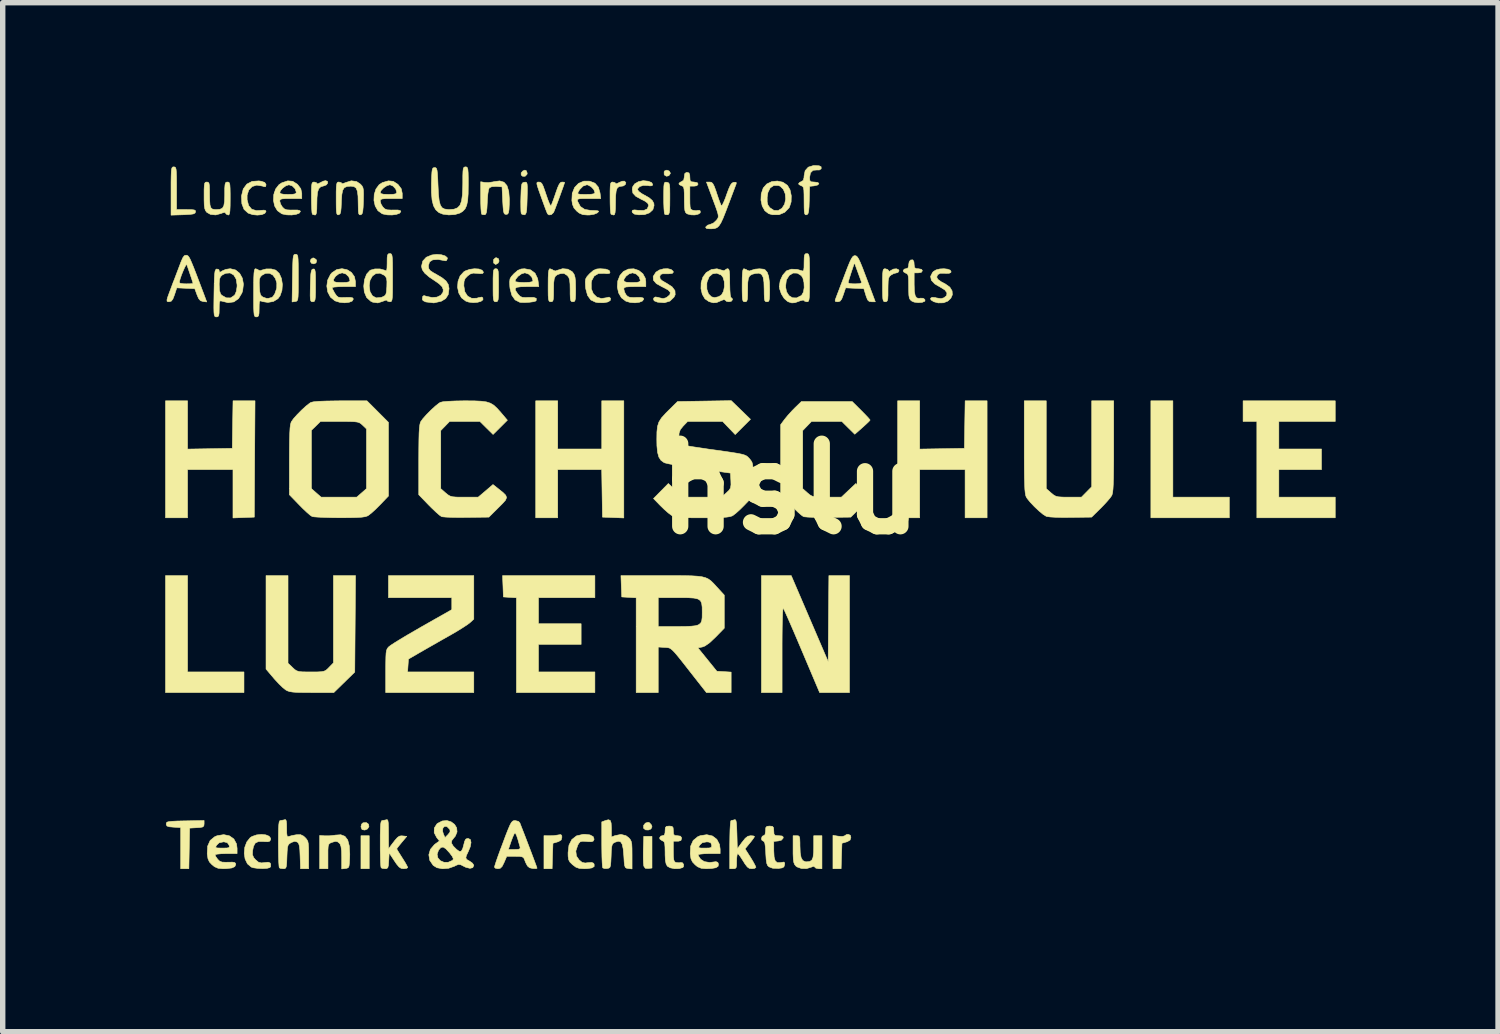
<source format=kicad_pcb>
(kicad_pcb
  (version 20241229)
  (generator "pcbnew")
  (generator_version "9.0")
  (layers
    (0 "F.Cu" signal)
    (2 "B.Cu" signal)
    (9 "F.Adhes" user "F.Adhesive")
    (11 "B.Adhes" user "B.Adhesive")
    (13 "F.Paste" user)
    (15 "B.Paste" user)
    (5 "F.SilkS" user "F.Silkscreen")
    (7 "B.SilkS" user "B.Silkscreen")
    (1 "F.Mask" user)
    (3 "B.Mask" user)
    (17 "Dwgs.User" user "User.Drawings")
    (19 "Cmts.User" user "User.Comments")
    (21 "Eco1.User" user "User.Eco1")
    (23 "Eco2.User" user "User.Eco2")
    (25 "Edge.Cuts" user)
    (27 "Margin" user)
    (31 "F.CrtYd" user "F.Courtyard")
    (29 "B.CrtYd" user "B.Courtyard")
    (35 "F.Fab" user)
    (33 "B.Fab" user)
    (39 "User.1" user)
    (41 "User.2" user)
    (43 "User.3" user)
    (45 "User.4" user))
  (footprint "hslu"
    (layer "F.Cu")
    (at 11.537 5.974)
    (property "Reference" "hslu" (at 0 0 0) (layer "F.SilkS") (effects (font (size 1.524 1.524) (thickness 0.3))))
    (attr through_hole)
    (fp_poly (pts (xy -7.772 7.01) (xy -7.925 7.01) (xy -7.925 6.401) (xy -7.772 6.401) (xy -7.772 7.01)) (stroke (width 0.01) (type solid)) (fill yes) (layer "F.SilkS"))
    (fp_poly (pts (xy -11.125 3.378) (xy -10.084 3.378) (xy -10.084 3.759) (xy -11.532 3.759) (xy -11.532 1.6) (xy -11.125 1.6) (xy -11.125 3.378)) (stroke (width 0.01) (type solid)) (fill yes) (layer "F.SilkS"))
    (fp_poly (pts (xy 7.061 0.152) (xy 8.103 0.152) (xy 8.103 0.533) (xy 6.655 0.533) (xy 6.655 -1.626) (xy 7.061 -1.626) (xy 7.061 0.152)) (stroke (width 0.01) (type solid)) (fill yes) (layer "F.SilkS"))
    (fp_poly (pts (xy -8.795 -4.262) (xy -8.753 -4.235) (xy -8.743 -4.213) (xy -8.754 -4.171) (xy -8.795 -4.154) (xy -8.839 -4.165) (xy -8.86 -4.2) (xy -8.848 -4.24) (xy -8.812 -4.263) (xy -8.795 -4.262)) (stroke (width 0.01) (type solid)) (fill yes) (layer "F.SilkS"))
    (fp_poly (pts (xy -5.386 -4.248) (xy -5.375 -4.205) (xy -5.392 -4.169) (xy -5.437 -4.142) (xy -5.471 -4.164) (xy -5.477 -4.177) (xy -5.478 -4.231) (xy -5.444 -4.264) (xy -5.424 -4.267) (xy -5.386 -4.248)) (stroke (width 0.01) (type solid)) (fill yes) (layer "F.SilkS"))
    (fp_poly (pts (xy -4.874 -5.874) (xy -4.856 -5.828) (xy -4.86 -5.806) (xy -4.894 -5.771) (xy -4.941 -5.771) (xy -4.967 -5.794) (xy -4.968 -5.832) (xy -4.939 -5.867) (xy -4.9 -5.884) (xy -4.874 -5.874)) (stroke (width 0.01) (type solid)) (fill yes) (layer "F.SilkS"))
    (fp_poly (pts (xy -7.785 6.188) (xy -7.777 6.233) (xy -7.804 6.276) (xy -7.853 6.297) (xy -7.9 6.289) (xy -7.907 6.283) (xy -7.925 6.237) (xy -7.913 6.187) (xy -7.887 6.163) (xy -7.826 6.158) (xy -7.785 6.188)) (stroke (width 0.01) (type solid)) (fill yes) (layer "F.SilkS"))
    (fp_poly (pts (xy -2.235 -5.867) (xy -2.214 -5.83) (xy -2.215 -5.82) (xy -2.242 -5.781) (xy -2.285 -5.771) (xy -2.322 -5.793) (xy -2.328 -5.804) (xy -2.329 -5.852) (xy -2.319 -5.87) (xy -2.278 -5.884) (xy -2.235 -5.867)) (stroke (width 0.01) (type solid)) (fill yes) (layer "F.SilkS"))
    (fp_poly (pts (xy -2.597 6.163) (xy -2.56 6.207) (xy -2.553 6.238) (xy -2.573 6.277) (xy -2.62 6.296) (xy -2.672 6.293) (xy -2.707 6.264) (xy -2.709 6.261) (xy -2.707 6.209) (xy -2.674 6.168) (xy -2.625 6.153) (xy -2.597 6.163)) (stroke (width 0.01) (type solid)) (fill yes) (layer "F.SilkS"))
    (fp_poly (pts (xy -2.553 6.998) (xy -2.622 7.006) (xy -2.676 7.002) (xy -2.702 6.966) (xy -2.705 6.955) (xy -2.711 6.904) (xy -2.714 6.818) (xy -2.714 6.71) (xy -2.713 6.655) (xy -2.705 6.413) (xy -2.553 6.413) (xy -2.553 6.998)) (stroke (width 0.01) (type solid)) (fill yes) (layer "F.SilkS"))
    (fp_poly (pts (xy -4.293 -0.737) (xy -3.48 -0.737) (xy -3.48 -1.626) (xy -3.073 -1.626) (xy -3.073 0.536) (xy -3.467 0.521) (xy -3.481 -0.356) (xy -4.293 -0.356) (xy -4.293 0.533) (xy -4.699 0.533) (xy -4.699 -1.626) (xy -4.293 -1.626) (xy -4.293 -0.737)) (stroke (width 0.01) (type solid)) (fill yes) (layer "F.SilkS"))
    (fp_poly (pts (xy 2.388 -0.735) (xy 3.213 -0.749) (xy 3.22 -1.187) (xy 3.227 -1.626) (xy 3.632 -1.626) (xy 3.632 0.533) (xy 3.226 0.533) (xy 3.226 -0.356) (xy 2.388 -0.356) (xy 2.388 0.533) (xy 1.981 0.533) (xy 1.981 -1.626) (xy 2.388 -1.626) (xy 2.388 -0.735)) (stroke (width 0.01) (type solid)) (fill yes) (layer "F.SilkS"))
    (fp_poly (pts (xy -11.125 -0.735) (xy -10.3 -0.749) (xy -10.293 -1.187) (xy -10.286 -1.626) (xy -9.88 -1.626) (xy -9.887 -0.552) (xy -9.893 0.521) (xy -10.287 0.536) (xy -10.287 -0.356) (xy -11.125 -0.356) (xy -11.125 0.533) (xy -11.532 0.533) (xy -11.532 -1.626) (xy -11.125 -1.626) (xy -11.125 -0.735)) (stroke (width 0.01) (type solid)) (fill yes) (layer "F.SilkS"))
    (fp_poly (pts (xy 10.058 -1.245) (xy 9.017 -1.245) (xy 9.017 -0.737) (xy 9.804 -0.737) (xy 9.804 -0.356) (xy 9.017 -0.356) (xy 9.017 0.152) (xy 10.058 0.152) (xy 10.058 0.533) (xy 8.611 0.533) (xy 8.611 -1.245) (xy 8.357 -1.245) (xy 8.357 -1.626) (xy 10.058 -1.626) (xy 10.058 -1.245)) (stroke (width 0.01) (type solid)) (fill yes) (layer "F.SilkS"))
    (fp_poly (pts (xy -4.218 6.4) (xy -4.216 6.431) (xy -4.229 6.479) (xy -4.277 6.509) (xy -4.299 6.516) (xy -4.381 6.54) (xy -4.389 6.775) (xy -4.396 7.01) (xy -4.547 7.01) (xy -4.547 6.4) (xy -4.451 6.402) (xy -4.366 6.399) (xy -4.29 6.388) (xy -4.286 6.387) (xy -4.236 6.38) (xy -4.218 6.4)) (stroke (width 0.01) (type solid)) (fill yes) (layer "F.SilkS"))
    (fp_poly (pts (xy -3.607 2.007) (xy -4.648 2.007) (xy -4.648 2.489) (xy -3.861 2.489) (xy -3.861 2.87) (xy -4.648 2.87) (xy -4.648 3.378) (xy -3.607 3.378) (xy -3.607 3.759) (xy -5.055 3.759) (xy -5.055 2.009) (xy -5.175 2.002) (xy -5.296 1.994) (xy -5.303 1.797) (xy -5.311 1.6) (xy -3.607 1.6) (xy -3.607 2.007)) (stroke (width 0.01) (type solid)) (fill yes) (layer "F.SilkS"))
    (fp_poly (pts (xy 1.108 6.393) (xy 1.118 6.434) (xy 1.103 6.481) (xy 1.052 6.511) (xy 1.035 6.516) (xy 0.953 6.54) (xy 0.945 6.775) (xy 0.938 7.01) (xy 0.787 7.01) (xy 0.787 6.394) (xy 0.887 6.41) (xy 0.957 6.415) (xy 1 6.405) (xy 1.003 6.401) (xy 1.039 6.379) (xy 1.068 6.375) (xy 1.108 6.393)) (stroke (width 0.01) (type solid)) (fill yes) (layer "F.SilkS"))
    (fp_poly (pts (xy -10.82 6.183) (xy -10.825 6.22) (xy -10.847 6.24) (xy -10.899 6.25) (xy -10.954 6.253) (xy -11.087 6.261) (xy -11.094 6.636) (xy -11.101 7.01) (xy -11.252 7.01) (xy -11.252 6.251) (xy -11.386 6.243) (xy -11.464 6.236) (xy -11.505 6.222) (xy -11.518 6.197) (xy -11.519 6.185) (xy -11.516 6.165) (xy -11.502 6.15) (xy -11.469 6.141) (xy -11.41 6.135) (xy -11.316 6.13) (xy -11.179 6.127) (xy -11.17 6.127) (xy -10.82 6.12) (xy -10.82 6.183)) (stroke (width 0.01) (type solid)) (fill yes) (layer "F.SilkS"))
    (fp_poly (pts (xy -2.28 -5.66) (xy -2.255 -5.654) (xy -2.239 -5.639) (xy -2.229 -5.606) (xy -2.224 -5.547) (xy -2.223 -5.452) (xy -2.223 -5.36) (xy -2.224 -5.231) (xy -2.227 -5.145) (xy -2.235 -5.093) (xy -2.248 -5.068) (xy -2.262 -5.06) (xy -2.307 -5.064) (xy -2.319 -5.071) (xy -2.326 -5.102) (xy -2.332 -5.173) (xy -2.336 -5.273) (xy -2.337 -5.378) (xy -2.336 -5.503) (xy -2.334 -5.585) (xy -2.328 -5.633) (xy -2.317 -5.656) (xy -2.299 -5.662) (xy -2.28 -5.66)) (stroke (width 0.01) (type solid)) (fill yes) (layer "F.SilkS"))
    (fp_poly (pts (xy -9.113 -4.328) (xy -9.099 -4.317) (xy -9.09 -4.289) (xy -9.085 -4.238) (xy -9.082 -4.156) (xy -9.081 -4.036) (xy -9.081 -3.899) (xy -9.081 -3.742) (xy -9.082 -3.628) (xy -9.085 -3.551) (xy -9.091 -3.502) (xy -9.101 -3.476) (xy -9.115 -3.464) (xy -9.136 -3.459) (xy -9.138 -3.459) (xy -9.196 -3.451) (xy -9.189 -3.891) (xy -9.186 -4.05) (xy -9.183 -4.165) (xy -9.179 -4.244) (xy -9.172 -4.292) (xy -9.162 -4.319) (xy -9.148 -4.329) (xy -9.131 -4.331) (xy -9.113 -4.328)) (stroke (width 0.01) (type solid)) (fill yes) (layer "F.SilkS"))
    (fp_poly (pts (xy -8.789 -4.059) (xy -8.776 -4.043) (xy -8.768 -4.004) (xy -8.764 -3.934) (xy -8.763 -3.824) (xy -8.763 -3.761) (xy -8.763 -3.632) (xy -8.766 -3.545) (xy -8.772 -3.493) (xy -8.782 -3.466) (xy -8.798 -3.456) (xy -8.815 -3.454) (xy -8.837 -3.457) (xy -8.851 -3.471) (xy -8.859 -3.504) (xy -8.862 -3.565) (xy -8.861 -3.662) (xy -8.859 -3.753) (xy -8.855 -3.881) (xy -8.85 -3.968) (xy -8.841 -4.02) (xy -8.829 -4.048) (xy -8.81 -4.059) (xy -8.807 -4.059) (xy -8.789 -4.059)) (stroke (width 0.01) (type solid)) (fill yes) (layer "F.SilkS"))
    (fp_poly (pts (xy -5.414 -4.061) (xy -5.4 -4.046) (xy -5.391 -4.012) (xy -5.387 -3.949) (xy -5.385 -3.849) (xy -5.385 -3.759) (xy -5.385 -3.631) (xy -5.388 -3.544) (xy -5.393 -3.492) (xy -5.404 -3.465) (xy -5.421 -3.455) (xy -5.436 -3.454) (xy -5.457 -3.457) (xy -5.471 -3.472) (xy -5.48 -3.507) (xy -5.485 -3.57) (xy -5.486 -3.669) (xy -5.486 -3.759) (xy -5.486 -3.888) (xy -5.483 -3.974) (xy -5.478 -4.026) (xy -5.467 -4.053) (xy -5.451 -4.063) (xy -5.436 -4.064) (xy -5.414 -4.061)) (stroke (width 0.01) (type solid)) (fill yes) (layer "F.SilkS"))
    (fp_poly (pts (xy -4.867 -5.654) (xy -4.858 -5.628) (xy -4.854 -5.576) (xy -4.854 -5.489) (xy -4.857 -5.368) (xy -4.861 -5.239) (xy -4.866 -5.152) (xy -4.875 -5.099) (xy -4.887 -5.071) (xy -4.906 -5.06) (xy -4.909 -5.059) (xy -4.953 -5.069) (xy -4.967 -5.086) (xy -4.972 -5.125) (xy -4.974 -5.203) (xy -4.975 -5.306) (xy -4.973 -5.387) (xy -4.969 -5.505) (xy -4.964 -5.582) (xy -4.955 -5.627) (xy -4.941 -5.649) (xy -4.918 -5.658) (xy -4.908 -5.66) (xy -4.883 -5.662) (xy -4.867 -5.654)) (stroke (width 0.01) (type solid)) (fill yes) (layer "F.SilkS"))
    (fp_poly (pts (xy 0.699 3.188) (xy 0.705 2.394) (xy 0.712 1.6) (xy 1.092 1.6) (xy 1.092 3.759) (xy 0.541 3.759) (xy 0.216 2.991) (xy 0.137 2.805) (xy 0.064 2.634) (xy -0.001 2.484) (xy -0.056 2.359) (xy -0.098 2.266) (xy -0.124 2.211) (xy -0.131 2.198) (xy -0.136 2.217) (xy -0.141 2.28) (xy -0.145 2.383) (xy -0.149 2.519) (xy -0.151 2.683) (xy -0.152 2.869) (xy -0.152 2.967) (xy -0.152 3.759) (xy -0.533 3.759) (xy -0.533 1.6) (xy 0.017 1.6) (xy 0.699 3.188)) (stroke (width 0.01) (type solid)) (fill yes) (layer "F.SilkS"))
    (fp_poly (pts (xy -11.36 -5.941) (xy -11.346 -5.929) (xy -11.337 -5.899) (xy -11.332 -5.845) (xy -11.329 -5.759) (xy -11.328 -5.633) (xy -11.328 -5.55) (xy -11.328 -5.156) (xy -11.149 -5.156) (xy -11.055 -5.155) (xy -11.002 -5.149) (xy -10.979 -5.135) (xy -10.978 -5.112) (xy -10.978 -5.112) (xy -10.989 -5.09) (xy -11.02 -5.075) (xy -11.079 -5.067) (xy -11.178 -5.061) (xy -11.208 -5.06) (xy -11.43 -5.053) (xy -11.43 -5.498) (xy -11.43 -5.658) (xy -11.428 -5.775) (xy -11.425 -5.854) (xy -11.42 -5.904) (xy -11.41 -5.931) (xy -11.397 -5.942) (xy -11.379 -5.944) (xy -11.36 -5.941)) (stroke (width 0.01) (type solid)) (fill yes) (layer "F.SilkS"))
    (fp_poly (pts (xy -8.542 -5.676) (xy -8.539 -5.644) (xy -8.564 -5.611) (xy -8.611 -5.593) (xy -8.667 -5.577) (xy -8.704 -5.541) (xy -8.726 -5.476) (xy -8.736 -5.375) (xy -8.738 -5.278) (xy -8.74 -5.165) (xy -8.746 -5.095) (xy -8.759 -5.061) (xy -8.771 -5.055) (xy -8.815 -5.066) (xy -8.822 -5.072) (xy -8.829 -5.102) (xy -8.834 -5.173) (xy -8.838 -5.273) (xy -8.839 -5.376) (xy -8.839 -5.501) (xy -8.836 -5.583) (xy -8.83 -5.632) (xy -8.818 -5.656) (xy -8.8 -5.664) (xy -8.788 -5.664) (xy -8.747 -5.653) (xy -8.738 -5.637) (xy -8.72 -5.63) (xy -8.681 -5.65) (xy -8.621 -5.68) (xy -8.578 -5.69) (xy -8.542 -5.676)) (stroke (width 0.01) (type solid)) (fill yes) (layer "F.SilkS"))
    (fp_poly (pts (xy -3.035 -5.653) (xy -3.045 -5.618) (xy -3.082 -5.592) (xy -3.109 -5.588) (xy -3.16 -5.581) (xy -3.194 -5.554) (xy -3.214 -5.499) (xy -3.224 -5.409) (xy -3.226 -5.291) (xy -3.228 -5.174) (xy -3.234 -5.1) (xy -3.245 -5.063) (xy -3.26 -5.055) (xy -3.303 -5.066) (xy -3.31 -5.072) (xy -3.317 -5.102) (xy -3.323 -5.173) (xy -3.326 -5.273) (xy -3.327 -5.376) (xy -3.327 -5.501) (xy -3.324 -5.583) (xy -3.318 -5.632) (xy -3.306 -5.656) (xy -3.288 -5.664) (xy -3.277 -5.664) (xy -3.235 -5.653) (xy -3.226 -5.638) (xy -3.208 -5.632) (xy -3.165 -5.652) (xy -3.162 -5.654) (xy -3.105 -5.679) (xy -3.061 -5.681) (xy -3.035 -5.653)) (stroke (width 0.01) (type solid)) (fill yes) (layer "F.SilkS"))
    (fp_poly (pts (xy -9.764 -5.678) (xy -9.701 -5.657) (xy -9.678 -5.621) (xy -9.677 -5.613) (xy -9.684 -5.58) (xy -9.713 -5.579) (xy -9.745 -5.59) (xy -9.848 -5.607) (xy -9.933 -5.581) (xy -9.995 -5.517) (xy -10.026 -5.421) (xy -10.026 -5.338) (xy -9.998 -5.23) (xy -9.942 -5.163) (xy -9.857 -5.137) (xy -9.786 -5.14) (xy -9.714 -5.146) (xy -9.682 -5.136) (xy -9.677 -5.12) (xy -9.7 -5.085) (xy -9.757 -5.062) (xy -9.836 -5.054) (xy -9.922 -5.062) (xy -10 -5.088) (xy -10.01 -5.093) (xy -10.083 -5.16) (xy -10.123 -5.263) (xy -10.13 -5.397) (xy -10.129 -5.411) (xy -10.097 -5.537) (xy -10.031 -5.626) (xy -9.934 -5.676) (xy -9.809 -5.685) (xy -9.764 -5.678)) (stroke (width 0.01) (type solid)) (fill yes) (layer "F.SilkS"))
    (fp_poly (pts (xy -8.221 6.412) (xy -8.169 6.48) (xy -8.14 6.59) (xy -8.131 6.743) (xy -8.133 6.807) (xy -8.138 6.904) (xy -8.145 6.962) (xy -8.16 6.991) (xy -8.186 7.002) (xy -8.211 7.006) (xy -8.28 7.014) (xy -8.28 6.798) (xy -8.283 6.68) (xy -8.293 6.602) (xy -8.31 6.555) (xy -8.32 6.542) (xy -8.359 6.511) (xy -8.4 6.506) (xy -8.463 6.525) (xy -8.469 6.527) (xy -8.5 6.541) (xy -8.519 6.562) (xy -8.53 6.601) (xy -8.534 6.668) (xy -8.534 6.775) (xy -8.534 7.01) (xy -8.687 7.01) (xy -8.687 6.396) (xy -8.592 6.403) (xy -8.498 6.402) (xy -8.403 6.391) (xy -8.399 6.39) (xy -8.297 6.383) (xy -8.221 6.412)) (stroke (width 0.01) (type solid)) (fill yes) (layer "F.SilkS"))
    (fp_poly (pts (xy -9.271 3.216) (xy -9.187 3.297) (xy -9.147 3.334) (xy -9.111 3.357) (xy -9.067 3.371) (xy -9.001 3.377) (xy -8.902 3.378) (xy -8.849 3.378) (xy -8.734 3.378) (xy -8.656 3.374) (xy -8.605 3.364) (xy -8.569 3.346) (xy -8.534 3.315) (xy -8.514 3.294) (xy -8.433 3.211) (xy -8.433 1.6) (xy -8.025 1.6) (xy -8.032 2.49) (xy -8.039 3.381) (xy -8.426 3.759) (xy -8.83 3.759) (xy -8.986 3.758) (xy -9.101 3.756) (xy -9.182 3.75) (xy -9.24 3.741) (xy -9.282 3.727) (xy -9.312 3.711) (xy -9.365 3.669) (xy -9.436 3.601) (xy -9.513 3.518) (xy -9.534 3.494) (xy -9.677 3.325) (xy -9.677 1.6) (xy -9.271 1.6) (xy -9.271 3.216)) (stroke (width 0.01) (type solid)) (fill yes) (layer "F.SilkS"))
    (fp_poly (pts (xy 0.148 6.403) (xy 0.167 6.419) (xy 0.175 6.458) (xy 0.178 6.532) (xy 0.178 6.577) (xy 0.183 6.712) (xy 0.199 6.804) (xy 0.229 6.858) (xy 0.275 6.881) (xy 0.299 6.883) (xy 0.359 6.877) (xy 0.398 6.851) (xy 0.42 6.798) (xy 0.43 6.709) (xy 0.432 6.612) (xy 0.432 6.401) (xy 0.584 6.401) (xy 0.584 7.01) (xy 0.523 7.01) (xy 0.472 7) (xy 0.452 6.981) (xy 0.432 6.965) (xy 0.388 6.981) (xy 0.3 7.008) (xy 0.205 7.006) (xy 0.124 6.977) (xy 0.102 6.96) (xy 0.078 6.93) (xy 0.063 6.889) (xy 0.055 6.827) (xy 0.051 6.733) (xy 0.051 6.655) (xy 0.051 6.401) (xy 0.114 6.401) (xy 0.148 6.403)) (stroke (width 0.01) (type solid)) (fill yes) (layer "F.SilkS"))
    (fp_poly (pts (xy 1.797 -4.05) (xy 1.811 -4.032) (xy 1.828 -4.013) (xy 1.856 -4.032) (xy 1.905 -4.058) (xy 1.959 -4.063) (xy 1.998 -4.046) (xy 2.007 -4.026) (xy 1.986 -3.994) (xy 1.961 -3.988) (xy 1.907 -3.974) (xy 1.86 -3.948) (xy 1.833 -3.925) (xy 1.816 -3.892) (xy 1.807 -3.84) (xy 1.804 -3.756) (xy 1.803 -3.682) (xy 1.803 -3.573) (xy 1.799 -3.506) (xy 1.789 -3.471) (xy 1.772 -3.457) (xy 1.753 -3.454) (xy 1.731 -3.457) (xy 1.717 -3.472) (xy 1.708 -3.507) (xy 1.704 -3.57) (xy 1.702 -3.669) (xy 1.702 -3.759) (xy 1.702 -3.888) (xy 1.705 -3.974) (xy 1.711 -4.027) (xy 1.721 -4.054) (xy 1.738 -4.063) (xy 1.75 -4.064) (xy 1.797 -4.05)) (stroke (width 0.01) (type solid)) (fill yes) (layer "F.SilkS"))
    (fp_poly (pts (xy -5.748 -4.059) (xy -5.689 -4.037) (xy -5.664 -4.001) (xy -5.664 -3.998) (xy -5.677 -3.977) (xy -5.723 -3.973) (xy -5.774 -3.978) (xy -5.853 -3.983) (xy -5.909 -3.966) (xy -5.956 -3.931) (xy -6.002 -3.883) (xy -6.022 -3.829) (xy -6.026 -3.749) (xy -6.007 -3.637) (xy -5.956 -3.558) (xy -5.88 -3.518) (xy -5.786 -3.52) (xy -5.756 -3.53) (xy -5.696 -3.541) (xy -5.675 -3.527) (xy -5.673 -3.491) (xy -5.71 -3.462) (xy -5.774 -3.444) (xy -5.853 -3.438) (xy -5.935 -3.448) (xy -5.989 -3.466) (xy -6.069 -3.527) (xy -6.12 -3.617) (xy -6.142 -3.723) (xy -6.133 -3.832) (xy -6.095 -3.931) (xy -6.026 -4.007) (xy -5.998 -4.024) (xy -5.916 -4.053) (xy -5.828 -4.064) (xy -5.748 -4.059)) (stroke (width 0.01) (type solid)) (fill yes) (layer "F.SilkS"))
    (fp_poly (pts (xy -3.405 -4.057) (xy -3.345 -4.034) (xy -3.327 -3.998) (xy -3.34 -3.977) (xy -3.386 -3.973) (xy -3.436 -3.978) (xy -3.543 -3.975) (xy -3.619 -3.93) (xy -3.665 -3.846) (xy -3.674 -3.804) (xy -3.673 -3.693) (xy -3.636 -3.603) (xy -3.572 -3.541) (xy -3.488 -3.514) (xy -3.397 -3.528) (xy -3.345 -3.54) (xy -3.32 -3.521) (xy -3.317 -3.516) (xy -3.324 -3.477) (xy -3.371 -3.45) (xy -3.448 -3.436) (xy -3.544 -3.438) (xy -3.597 -3.447) (xy -3.682 -3.488) (xy -3.742 -3.571) (xy -3.775 -3.692) (xy -3.78 -3.734) (xy -3.784 -3.82) (xy -3.777 -3.876) (xy -3.752 -3.92) (xy -3.703 -3.973) (xy -3.701 -3.975) (xy -3.634 -4.033) (xy -3.572 -4.059) (xy -3.51 -4.064) (xy -3.405 -4.057)) (stroke (width 0.01) (type solid)) (fill yes) (layer "F.SilkS"))
    (fp_poly (pts (xy -5.842 2.403) (xy -5.912 2.468) (xy -5.959 2.504) (xy -6.04 2.557) (xy -6.146 2.623) (xy -6.266 2.693) (xy -6.312 2.719) (xy -6.45 2.797) (xy -6.593 2.879) (xy -6.725 2.954) (xy -6.831 3.015) (xy -6.845 3.023) (xy -7.048 3.141) (xy -7.064 3.378) (xy -5.842 3.378) (xy -5.842 3.759) (xy -7.468 3.759) (xy -7.468 3.364) (xy -7.467 3.214) (xy -7.465 3.106) (xy -7.461 3.031) (xy -7.453 2.982) (xy -7.44 2.949) (xy -7.421 2.924) (xy -7.41 2.913) (xy -7.373 2.885) (xy -7.298 2.836) (xy -7.192 2.771) (xy -7.062 2.693) (xy -6.915 2.608) (xy -6.801 2.542) (xy -6.248 2.228) (xy -6.248 2.007) (xy -7.417 2.007) (xy -7.417 1.6) (xy -5.842 1.6) (xy -5.842 2.403)) (stroke (width 0.01) (type solid)) (fill yes) (layer "F.SilkS"))
    (fp_poly (pts (xy -9.682 6.385) (xy -9.621 6.41) (xy -9.592 6.448) (xy -9.592 6.472) (xy -9.608 6.501) (xy -9.643 6.512) (xy -9.712 6.51) (xy -9.725 6.508) (xy -9.817 6.509) (xy -9.875 6.536) (xy -9.909 6.6) (xy -9.924 6.677) (xy -9.927 6.752) (xy -9.905 6.805) (xy -9.87 6.845) (xy -9.816 6.89) (xy -9.762 6.903) (xy -9.705 6.897) (xy -9.638 6.89) (xy -9.603 6.903) (xy -9.591 6.924) (xy -9.592 6.972) (xy -9.607 6.989) (xy -9.658 7.003) (xy -9.739 7.008) (xy -9.829 7.004) (xy -9.91 6.993) (xy -9.949 6.98) (xy -10.02 6.92) (xy -10.063 6.831) (xy -10.079 6.725) (xy -10.069 6.615) (xy -10.032 6.516) (xy -9.97 6.438) (xy -9.935 6.415) (xy -9.851 6.386) (xy -9.763 6.377) (xy -9.682 6.385)) (stroke (width 0.01) (type solid)) (fill yes) (layer "F.SilkS"))
    (fp_poly (pts (xy -3.698 6.386) (xy -3.639 6.417) (xy -3.622 6.464) (xy -3.624 6.473) (xy -3.639 6.501) (xy -3.674 6.512) (xy -3.743 6.51) (xy -3.759 6.508) (xy -3.834 6.503) (xy -3.877 6.513) (xy -3.905 6.544) (xy -3.922 6.574) (xy -3.959 6.683) (xy -3.947 6.777) (xy -3.897 6.849) (xy -3.843 6.893) (xy -3.787 6.905) (xy -3.735 6.899) (xy -3.667 6.894) (xy -3.632 6.908) (xy -3.621 6.926) (xy -3.62 6.969) (xy -3.66 6.995) (xy -3.743 7.008) (xy -3.803 7.01) (xy -3.893 7.005) (xy -3.956 6.983) (xy -4.018 6.937) (xy -4.019 6.936) (xy -4.067 6.889) (xy -4.092 6.843) (xy -4.101 6.78) (xy -4.102 6.714) (xy -4.085 6.574) (xy -4.032 6.471) (xy -3.946 6.404) (xy -3.826 6.376) (xy -3.794 6.375) (xy -3.698 6.386)) (stroke (width 0.01) (type solid)) (fill yes) (layer "F.SilkS"))
    (fp_poly (pts (xy -4.174 -5.661) (xy -4.166 -5.658) (xy -4.174 -5.629) (xy -4.196 -5.565) (xy -4.228 -5.477) (xy -4.264 -5.377) (xy -4.301 -5.278) (xy -4.334 -5.19) (xy -4.359 -5.127) (xy -4.37 -5.102) (xy -4.41 -5.063) (xy -4.455 -5.057) (xy -4.481 -5.077) (xy -4.495 -5.109) (xy -4.522 -5.178) (xy -4.557 -5.274) (xy -4.596 -5.382) (xy -4.639 -5.502) (xy -4.666 -5.582) (xy -4.678 -5.63) (xy -4.676 -5.654) (xy -4.662 -5.663) (xy -4.64 -5.664) (xy -4.61 -5.659) (xy -4.586 -5.636) (xy -4.561 -5.587) (xy -4.531 -5.503) (xy -4.508 -5.435) (xy -4.475 -5.339) (xy -4.446 -5.267) (xy -4.425 -5.229) (xy -4.418 -5.226) (xy -4.403 -5.257) (xy -4.377 -5.325) (xy -4.345 -5.416) (xy -4.332 -5.455) (xy -4.295 -5.56) (xy -4.265 -5.625) (xy -4.238 -5.657) (xy -4.214 -5.664) (xy -4.174 -5.661)) (stroke (width 0.01) (type solid)) (fill yes) (layer "F.SilkS"))
    (fp_poly (pts (xy -0.137 -5.661) (xy -0.053 -5.603) (xy -0.005 -5.52) (xy 0.018 -5.411) (xy 0.015 -5.297) (xy -0.017 -5.199) (xy -0.024 -5.187) (xy -0.104 -5.105) (xy -0.208 -5.061) (xy -0.326 -5.06) (xy -0.399 -5.08) (xy -0.47 -5.134) (xy -0.519 -5.222) (xy -0.535 -5.298) (xy -0.427 -5.298) (xy -0.413 -5.24) (xy -0.379 -5.192) (xy -0.378 -5.191) (xy -0.303 -5.141) (xy -0.224 -5.138) (xy -0.154 -5.18) (xy -0.105 -5.257) (xy -0.086 -5.35) (xy -0.094 -5.446) (xy -0.128 -5.529) (xy -0.185 -5.586) (xy -0.218 -5.599) (xy -0.305 -5.6) (xy -0.371 -5.556) (xy -0.413 -5.472) (xy -0.427 -5.385) (xy -0.427 -5.298) (xy -0.535 -5.298) (xy -0.542 -5.33) (xy -0.537 -5.445) (xy -0.5 -5.554) (xy -0.5 -5.554) (xy -0.435 -5.628) (xy -0.343 -5.672) (xy -0.239 -5.683) (xy -0.137 -5.661)) (stroke (width 0.01) (type solid)) (fill yes) (layer "F.SilkS"))
    (fp_poly (pts (xy -5.285 -5.661) (xy -5.23 -5.598) (xy -5.197 -5.493) (xy -5.185 -5.345) (xy -5.187 -5.251) (xy -5.192 -5.155) (xy -5.201 -5.1) (xy -5.216 -5.074) (xy -5.241 -5.067) (xy -5.245 -5.067) (xy -5.268 -5.071) (xy -5.284 -5.09) (xy -5.295 -5.131) (xy -5.302 -5.205) (xy -5.309 -5.321) (xy -5.309 -5.321) (xy -5.321 -5.575) (xy -5.425 -5.583) (xy -5.508 -5.579) (xy -5.557 -5.557) (xy -5.557 -5.556) (xy -5.571 -5.516) (xy -5.583 -5.44) (xy -5.591 -5.34) (xy -5.593 -5.295) (xy -5.599 -5.182) (xy -5.607 -5.111) (xy -5.621 -5.073) (xy -5.64 -5.06) (xy -5.685 -5.064) (xy -5.697 -5.071) (xy -5.704 -5.102) (xy -5.71 -5.173) (xy -5.714 -5.273) (xy -5.715 -5.379) (xy -5.715 -5.67) (xy -5.645 -5.657) (xy -5.575 -5.654) (xy -5.49 -5.666) (xy -5.469 -5.671) (xy -5.364 -5.685) (xy -5.285 -5.661)) (stroke (width 0.01) (type solid)) (fill yes) (layer "F.SilkS"))
    (fp_poly (pts (xy 2.904 -4.056) (xy 2.952 -4.037) (xy 2.968 -4.008) (xy 2.962 -3.993) (xy 2.929 -3.979) (xy 2.867 -3.978) (xy 2.85 -3.98) (xy 2.771 -3.981) (xy 2.723 -3.956) (xy 2.72 -3.952) (xy 2.702 -3.91) (xy 2.723 -3.868) (xy 2.787 -3.822) (xy 2.86 -3.784) (xy 2.944 -3.724) (xy 2.986 -3.655) (xy 2.991 -3.583) (xy 2.962 -3.518) (xy 2.906 -3.466) (xy 2.827 -3.435) (xy 2.73 -3.433) (xy 2.648 -3.455) (xy 2.596 -3.488) (xy 2.588 -3.518) (xy 2.616 -3.536) (xy 2.675 -3.532) (xy 2.697 -3.525) (xy 2.782 -3.512) (xy 2.836 -3.528) (xy 2.886 -3.569) (xy 2.891 -3.62) (xy 2.852 -3.673) (xy 2.781 -3.717) (xy 2.667 -3.783) (xy 2.603 -3.852) (xy 2.589 -3.923) (xy 2.626 -3.996) (xy 2.642 -4.013) (xy 2.692 -4.043) (xy 2.761 -4.06) (xy 2.836 -4.064) (xy 2.904 -4.056)) (stroke (width 0.01) (type solid)) (fill yes) (layer "F.SilkS"))
    (fp_poly (pts (xy -2.621 -5.679) (xy -2.56 -5.654) (xy -2.54 -5.62) (xy -2.551 -5.596) (xy -2.593 -5.593) (xy -2.629 -5.599) (xy -2.713 -5.602) (xy -2.78 -5.581) (xy -2.816 -5.541) (xy -2.819 -5.524) (xy -2.798 -5.492) (xy -2.745 -5.452) (xy -2.711 -5.433) (xy -2.609 -5.376) (xy -2.548 -5.324) (xy -2.519 -5.271) (xy -2.515 -5.23) (xy -2.537 -5.153) (xy -2.599 -5.096) (xy -2.689 -5.063) (xy -2.8 -5.059) (xy -2.877 -5.072) (xy -2.914 -5.1) (xy -2.921 -5.122) (xy -2.911 -5.144) (xy -2.874 -5.15) (xy -2.806 -5.142) (xy -2.703 -5.14) (xy -2.64 -5.169) (xy -2.616 -5.229) (xy -2.616 -5.237) (xy -2.634 -5.276) (xy -2.692 -5.317) (xy -2.754 -5.347) (xy -2.852 -5.401) (xy -2.906 -5.46) (xy -2.918 -5.531) (xy -2.911 -5.573) (xy -2.874 -5.629) (xy -2.803 -5.671) (xy -2.717 -5.689) (xy -2.71 -5.689) (xy -2.621 -5.679)) (stroke (width 0.01) (type solid)) (fill yes) (layer "F.SilkS"))
    (fp_poly (pts (xy -2.2 -4.05) (xy -2.163 -4.018) (xy -2.159 -4) (xy -2.178 -3.978) (xy -2.24 -3.971) (xy -2.28 -3.971) (xy -2.354 -3.971) (xy -2.391 -3.959) (xy -2.406 -3.931) (xy -2.408 -3.919) (xy -2.404 -3.881) (xy -2.372 -3.847) (xy -2.303 -3.806) (xy -2.287 -3.798) (xy -2.182 -3.73) (xy -2.129 -3.659) (xy -2.125 -3.584) (xy -2.147 -3.539) (xy -2.222 -3.467) (xy -2.325 -3.436) (xy -2.451 -3.447) (xy -2.513 -3.472) (xy -2.526 -3.506) (xy -2.518 -3.525) (xy -2.492 -3.543) (xy -2.441 -3.536) (xy -2.417 -3.528) (xy -2.349 -3.513) (xy -2.295 -3.528) (xy -2.273 -3.541) (xy -2.222 -3.586) (xy -2.216 -3.629) (xy -2.256 -3.673) (xy -2.344 -3.72) (xy -2.367 -3.731) (xy -2.472 -3.789) (xy -2.527 -3.853) (xy -2.531 -3.921) (xy -2.484 -3.995) (xy -2.478 -4.002) (xy -2.417 -4.041) (xy -2.341 -4.062) (xy -2.264 -4.065) (xy -2.2 -4.05)) (stroke (width 0.01) (type solid)) (fill yes) (layer "F.SilkS"))
    (fp_poly (pts (xy 2.282 -4.192) (xy 2.286 -4.136) (xy 2.293 -4.085) (xy 2.324 -4.066) (xy 2.362 -4.064) (xy 2.423 -4.053) (xy 2.438 -4.026) (xy 2.416 -3.996) (xy 2.362 -3.988) (xy 2.286 -3.988) (xy 2.286 -3.775) (xy 2.29 -3.65) (xy 2.304 -3.57) (xy 2.33 -3.527) (xy 2.372 -3.516) (xy 2.405 -3.521) (xy 2.451 -3.519) (xy 2.483 -3.498) (xy 2.486 -3.469) (xy 2.482 -3.464) (xy 2.433 -3.443) (xy 2.36 -3.438) (xy 2.285 -3.448) (xy 2.242 -3.467) (xy 2.214 -3.491) (xy 2.197 -3.523) (xy 2.188 -3.575) (xy 2.185 -3.658) (xy 2.184 -3.738) (xy 2.183 -3.847) (xy 2.179 -3.916) (xy 2.169 -3.955) (xy 2.151 -3.974) (xy 2.134 -3.98) (xy 2.092 -4.006) (xy 2.083 -4.029) (xy 2.104 -4.057) (xy 2.134 -4.064) (xy 2.171 -4.077) (xy 2.184 -4.122) (xy 2.184 -4.137) (xy 2.195 -4.195) (xy 2.22 -4.225) (xy 2.261 -4.228) (xy 2.282 -4.192)) (stroke (width 0.01) (type solid)) (fill yes) (layer "F.SilkS"))
    (fp_poly (pts (xy -1.87 -5.832) (xy -1.856 -5.793) (xy -1.854 -5.753) (xy -1.85 -5.693) (xy -1.828 -5.669) (xy -1.778 -5.664) (xy -1.718 -5.653) (xy -1.702 -5.626) (xy -1.725 -5.596) (xy -1.778 -5.588) (xy -1.854 -5.588) (xy -1.854 -5.373) (xy -1.853 -5.268) (xy -1.849 -5.203) (xy -1.838 -5.167) (xy -1.818 -5.15) (xy -1.792 -5.142) (xy -1.735 -5.135) (xy -1.705 -5.142) (xy -1.671 -5.139) (xy -1.662 -5.128) (xy -1.663 -5.095) (xy -1.7 -5.071) (xy -1.76 -5.057) (xy -1.83 -5.058) (xy -1.895 -5.074) (xy -1.911 -5.082) (xy -1.933 -5.102) (xy -1.946 -5.139) (xy -1.953 -5.203) (xy -1.956 -5.305) (xy -1.956 -5.345) (xy -1.957 -5.457) (xy -1.961 -5.528) (xy -1.97 -5.568) (xy -1.987 -5.588) (xy -2.007 -5.595) (xy -2.048 -5.616) (xy -2.057 -5.633) (xy -2.036 -5.659) (xy -2.007 -5.672) (xy -1.968 -5.699) (xy -1.956 -5.76) (xy -1.956 -5.763) (xy -1.948 -5.82) (xy -1.92 -5.841) (xy -1.905 -5.842) (xy -1.87 -5.832)) (stroke (width 0.01) (type solid)) (fill yes) (layer "F.SilkS"))
    (fp_poly (pts (xy -1.002 6.126) (xy -0.994 6.175) (xy -0.989 6.26) (xy -0.985 6.367) (xy -0.978 6.642) (xy -0.89 6.521) (xy -0.831 6.448) (xy -0.783 6.411) (xy -0.732 6.401) (xy -0.732 6.401) (xy -0.68 6.405) (xy -0.66 6.416) (xy -0.675 6.442) (xy -0.713 6.494) (xy -0.748 6.537) (xy -0.835 6.643) (xy -0.735 6.8) (xy -0.686 6.881) (xy -0.651 6.946) (xy -0.635 6.982) (xy -0.635 6.984) (xy -0.657 7.003) (xy -0.71 7.01) (xy -0.756 7.004) (xy -0.794 6.977) (xy -0.837 6.921) (xy -0.868 6.871) (xy -0.914 6.799) (xy -0.951 6.748) (xy -0.971 6.731) (xy -0.982 6.754) (xy -0.989 6.813) (xy -0.991 6.871) (xy -0.992 6.951) (xy -1.001 6.992) (xy -1.022 7.008) (xy -1.054 7.01) (xy -1.118 7.01) (xy -1.118 6.566) (xy -1.116 6.416) (xy -1.113 6.289) (xy -1.107 6.193) (xy -1.1 6.135) (xy -1.094 6.121) (xy -1.052 6.113) (xy -1.032 6.106) (xy -1.014 6.106) (xy -1.002 6.126)) (stroke (width 0.01) (type solid)) (fill yes) (layer "F.SilkS"))
    (fp_poly (pts (xy -0.33 6.228) (xy -0.309 6.253) (xy -0.305 6.312) (xy -0.301 6.371) (xy -0.279 6.396) (xy -0.224 6.401) (xy -0.214 6.401) (xy -0.153 6.406) (xy -0.131 6.425) (xy -0.132 6.445) (xy -0.164 6.483) (xy -0.222 6.498) (xy -0.305 6.506) (xy -0.305 6.679) (xy -0.299 6.793) (xy -0.279 6.864) (xy -0.242 6.897) (xy -0.183 6.898) (xy -0.165 6.894) (xy -0.117 6.887) (xy -0.103 6.907) (xy -0.106 6.937) (xy -0.118 6.976) (xy -0.151 6.995) (xy -0.219 7.005) (xy -0.229 7.005) (xy -0.327 7.001) (xy -0.394 6.975) (xy -0.42 6.949) (xy -0.436 6.907) (xy -0.446 6.838) (xy -0.453 6.731) (xy -0.453 6.72) (xy -0.46 6.609) (xy -0.47 6.54) (xy -0.485 6.508) (xy -0.498 6.502) (xy -0.527 6.481) (xy -0.533 6.452) (xy -0.518 6.41) (xy -0.495 6.401) (xy -0.467 6.382) (xy -0.457 6.32) (xy -0.457 6.312) (xy -0.453 6.252) (xy -0.431 6.228) (xy -0.381 6.223) (xy -0.33 6.228)) (stroke (width 0.01) (type solid)) (fill yes) (layer "F.SilkS"))
    (fp_poly (pts (xy -6.441 -4.322) (xy -6.372 -4.301) (xy -6.333 -4.269) (xy -6.33 -4.247) (xy -6.349 -4.213) (xy -6.363 -4.21) (xy -6.501 -4.235) (xy -6.6 -4.228) (xy -6.659 -4.19) (xy -6.68 -4.119) (xy -6.68 -4.115) (xy -6.674 -4.068) (xy -6.649 -4.031) (xy -6.593 -3.993) (xy -6.549 -3.969) (xy -6.43 -3.899) (xy -6.354 -3.837) (xy -6.313 -3.773) (xy -6.299 -3.701) (xy -6.299 -3.695) (xy -6.314 -3.587) (xy -6.361 -3.513) (xy -6.44 -3.465) (xy -6.579 -3.433) (xy -6.727 -3.451) (xy -6.731 -3.452) (xy -6.778 -3.475) (xy -6.792 -3.5) (xy -6.784 -3.554) (xy -6.762 -3.569) (xy -6.717 -3.555) (xy -6.614 -3.533) (xy -6.522 -3.54) (xy -6.451 -3.574) (xy -6.41 -3.63) (xy -6.406 -3.679) (xy -6.427 -3.732) (xy -6.482 -3.786) (xy -6.54 -3.827) (xy -6.665 -3.911) (xy -6.747 -3.982) (xy -6.793 -4.047) (xy -6.807 -4.109) (xy -6.807 -4.11) (xy -6.784 -4.205) (xy -6.719 -4.276) (xy -6.617 -4.318) (xy -6.527 -4.329) (xy -6.441 -4.322)) (stroke (width 0.01) (type solid)) (fill yes) (layer "F.SilkS"))
    (fp_poly (pts (xy -2.184 6.228) (xy -2.163 6.253) (xy -2.159 6.312) (xy -2.155 6.372) (xy -2.133 6.396) (xy -2.083 6.401) (xy -2.027 6.409) (xy -2.007 6.438) (xy -2.007 6.452) (xy -2.019 6.489) (xy -2.063 6.502) (xy -2.083 6.502) (xy -2.159 6.502) (xy -2.159 6.691) (xy -2.157 6.79) (xy -2.15 6.85) (xy -2.136 6.881) (xy -2.112 6.895) (xy -2.052 6.901) (xy -2.026 6.895) (xy -1.989 6.901) (xy -1.968 6.934) (xy -1.972 6.974) (xy -1.987 6.989) (xy -2.051 7.008) (xy -2.134 7.01) (xy -2.215 6.994) (xy -2.269 6.964) (xy -2.269 6.964) (xy -2.292 6.923) (xy -2.306 6.858) (xy -2.311 6.757) (xy -2.311 6.713) (xy -2.313 6.61) (xy -2.318 6.548) (xy -2.33 6.514) (xy -2.352 6.498) (xy -2.362 6.495) (xy -2.404 6.467) (xy -2.413 6.441) (xy -2.392 6.408) (xy -2.362 6.401) (xy -2.327 6.391) (xy -2.313 6.352) (xy -2.311 6.312) (xy -2.307 6.252) (xy -2.286 6.228) (xy -2.235 6.223) (xy -2.184 6.228)) (stroke (width 0.01) (type solid)) (fill yes) (layer "F.SilkS"))
    (fp_poly (pts (xy 0.533 -5.964) (xy 0.569 -5.946) (xy 0.57 -5.912) (xy 0.568 -5.907) (xy 0.536 -5.886) (xy 0.494 -5.887) (xy 0.42 -5.881) (xy 0.372 -5.834) (xy 0.356 -5.75) (xy 0.36 -5.693) (xy 0.382 -5.669) (xy 0.438 -5.664) (xy 0.447 -5.664) (xy 0.51 -5.655) (xy 0.528 -5.633) (xy 0.504 -5.609) (xy 0.438 -5.593) (xy 0.437 -5.593) (xy 0.357 -5.585) (xy 0.35 -5.326) (xy 0.346 -5.208) (xy 0.339 -5.131) (xy 0.329 -5.086) (xy 0.313 -5.065) (xy 0.298 -5.059) (xy 0.279 -5.06) (xy 0.266 -5.077) (xy 0.258 -5.12) (xy 0.255 -5.195) (xy 0.254 -5.313) (xy 0.254 -5.316) (xy 0.253 -5.436) (xy 0.25 -5.514) (xy 0.242 -5.56) (xy 0.228 -5.584) (xy 0.206 -5.594) (xy 0.203 -5.595) (xy 0.162 -5.616) (xy 0.152 -5.633) (xy 0.174 -5.659) (xy 0.203 -5.672) (xy 0.239 -5.695) (xy 0.253 -5.747) (xy 0.254 -5.776) (xy 0.274 -5.874) (xy 0.332 -5.939) (xy 0.425 -5.968) (xy 0.453 -5.969) (xy 0.533 -5.964)) (stroke (width 0.01) (type solid)) (fill yes) (layer "F.SilkS"))
    (fp_poly (pts (xy 1.307 -1.449) (xy 1.38 -1.375) (xy 1.436 -1.316) (xy 1.468 -1.278) (xy 1.473 -1.271) (xy 1.455 -1.249) (xy 1.408 -1.203) (xy 1.342 -1.143) (xy 1.331 -1.133) (xy 1.19 -1.009) (xy 1.07 -1.127) (xy 0.951 -1.245) (xy 0.391 -1.245) (xy 0.31 -1.161) (xy 0.229 -1.077) (xy 0.229 -0.005) (xy 0.318 0.074) (xy 0.36 0.109) (xy 0.398 0.131) (xy 0.444 0.145) (xy 0.51 0.151) (xy 0.609 0.152) (xy 0.676 0.152) (xy 0.943 0.152) (xy 1.076 0.026) (xy 1.21 -0.1) (xy 1.341 0.033) (xy 1.473 0.167) (xy 1.295 0.344) (xy 1.116 0.521) (xy 0.704 0.526) (xy 0.561 0.527) (xy 0.433 0.525) (xy 0.33 0.521) (xy 0.262 0.515) (xy 0.241 0.51) (xy 0.203 0.483) (xy 0.14 0.428) (xy 0.062 0.354) (xy 0.006 0.298) (xy -0.178 0.107) (xy -0.178 -1.186) (xy -0.105 -1.285) (xy -0.044 -1.359) (xy 0.033 -1.444) (xy 0.087 -1.499) (xy 0.205 -1.613) (xy 1.142 -1.613) (xy 1.307 -1.449)) (stroke (width 0.01) (type solid)) (fill yes) (layer "F.SilkS"))
    (fp_poly (pts (xy 4.724 -0.005) (xy 4.814 0.074) (xy 4.859 0.111) (xy 4.9 0.134) (xy 4.95 0.146) (xy 5.023 0.151) (xy 5.133 0.152) (xy 5.139 0.152) (xy 5.374 0.152) (xy 5.563 -0.04) (xy 5.563 -1.626) (xy 5.969 -1.626) (xy 5.969 -0.786) (xy 5.969 -0.547) (xy 5.967 -0.353) (xy 5.965 -0.201) (xy 5.961 -0.084) (xy 5.956 0.003) (xy 5.949 0.063) (xy 5.94 0.103) (xy 5.933 0.122) (xy 5.899 0.17) (xy 5.838 0.241) (xy 5.762 0.322) (xy 5.729 0.356) (xy 5.561 0.521) (xy 5.175 0.526) (xy 5.028 0.527) (xy 4.9 0.524) (xy 4.799 0.518) (xy 4.736 0.509) (xy 4.724 0.506) (xy 4.667 0.471) (xy 4.591 0.408) (xy 4.508 0.33) (xy 4.431 0.249) (xy 4.373 0.178) (xy 4.354 0.147) (xy 4.344 0.119) (xy 4.336 0.074) (xy 4.329 0.006) (xy 4.325 -0.089) (xy 4.321 -0.215) (xy 4.319 -0.379) (xy 4.318 -0.585) (xy 4.318 -0.773) (xy 4.318 -1.626) (xy 4.724 -1.626) (xy 4.724 -0.005)) (stroke (width 0.01) (type solid)) (fill yes) (layer "F.SilkS"))
    (fp_poly (pts (xy -3.324 6.119) (xy -3.307 6.167) (xy -3.302 6.258) (xy -3.302 6.275) (xy -3.302 6.425) (xy -3.237 6.4) (xy -3.126 6.377) (xy -3.034 6.4) (xy -2.983 6.438) (xy -2.955 6.47) (xy -2.937 6.505) (xy -2.926 6.556) (xy -2.922 6.633) (xy -2.921 6.749) (xy -2.921 6.757) (xy -2.921 7.014) (xy -2.991 7.006) (xy -3.024 7) (xy -3.045 6.986) (xy -3.058 6.952) (xy -3.066 6.89) (xy -3.072 6.788) (xy -3.073 6.772) (xy -3.085 6.642) (xy -3.104 6.557) (xy -3.133 6.513) (xy -3.177 6.503) (xy -3.236 6.522) (xy -3.267 6.539) (xy -3.286 6.564) (xy -3.297 6.608) (xy -3.304 6.682) (xy -3.307 6.774) (xy -3.312 6.881) (xy -3.318 6.948) (xy -3.329 6.983) (xy -3.348 6.999) (xy -3.379 7.005) (xy -3.379 7.005) (xy -3.435 7.005) (xy -3.462 6.995) (xy -3.468 6.964) (xy -3.473 6.892) (xy -3.477 6.787) (xy -3.479 6.658) (xy -3.48 6.561) (xy -3.48 6.146) (xy -3.414 6.121) (xy -3.358 6.106) (xy -3.324 6.119)) (stroke (width 0.01) (type solid)) (fill yes) (layer "F.SilkS"))
    (fp_poly (pts (xy -1.437 6.406) (xy -1.356 6.468) (xy -1.307 6.562) (xy -1.295 6.648) (xy -1.295 6.731) (xy -1.499 6.731) (xy -1.593 6.734) (xy -1.664 6.741) (xy -1.7 6.75) (xy -1.702 6.754) (xy -1.687 6.788) (xy -1.654 6.836) (xy -1.587 6.879) (xy -1.489 6.895) (xy -1.372 6.88) (xy -1.338 6.893) (xy -1.326 6.925) (xy -1.333 6.966) (xy -1.374 6.992) (xy -1.453 7.006) (xy -1.555 7.01) (xy -1.645 7.002) (xy -1.713 6.973) (xy -1.756 6.938) (xy -1.806 6.885) (xy -1.833 6.827) (xy -1.846 6.743) (xy -1.847 6.729) (xy -1.84 6.606) (xy -1.69 6.606) (xy -1.686 6.623) (xy -1.648 6.629) (xy -1.576 6.629) (xy -1.499 6.628) (xy -1.461 6.618) (xy -1.45 6.596) (xy -1.452 6.572) (xy -1.468 6.532) (xy -1.51 6.517) (xy -1.546 6.515) (xy -1.625 6.53) (xy -1.67 6.572) (xy -1.69 6.606) (xy -1.84 6.606) (xy -1.839 6.592) (xy -1.793 6.489) (xy -1.709 6.42) (xy -1.664 6.401) (xy -1.542 6.382) (xy -1.437 6.406)) (stroke (width 0.01) (type solid)) (fill yes) (layer "F.SilkS"))
    (fp_poly (pts (xy -0.809 -4.047) (xy -0.795 -4.036) (xy -0.756 -4.022) (xy -0.716 -4.036) (xy -0.65 -4.056) (xy -0.569 -4.063) (xy -0.497 -4.056) (xy -0.467 -4.045) (xy -0.426 -3.998) (xy -0.399 -3.921) (xy -0.384 -3.807) (xy -0.381 -3.685) (xy -0.382 -3.576) (xy -0.386 -3.508) (xy -0.395 -3.471) (xy -0.411 -3.457) (xy -0.432 -3.454) (xy -0.456 -3.458) (xy -0.471 -3.476) (xy -0.479 -3.518) (xy -0.482 -3.594) (xy -0.483 -3.681) (xy -0.487 -3.817) (xy -0.502 -3.908) (xy -0.532 -3.961) (xy -0.579 -3.982) (xy -0.643 -3.977) (xy -0.708 -3.96) (xy -0.75 -3.933) (xy -0.774 -3.886) (xy -0.785 -3.809) (xy -0.787 -3.692) (xy -0.787 -3.68) (xy -0.788 -3.572) (xy -0.792 -3.505) (xy -0.802 -3.47) (xy -0.819 -3.456) (xy -0.838 -3.454) (xy -0.86 -3.457) (xy -0.874 -3.472) (xy -0.883 -3.507) (xy -0.887 -3.57) (xy -0.889 -3.669) (xy -0.889 -3.759) (xy -0.888 -3.895) (xy -0.883 -3.986) (xy -0.875 -4.04) (xy -0.862 -4.062) (xy -0.856 -4.064) (xy -0.809 -4.047)) (stroke (width 0.01) (type solid)) (fill yes) (layer "F.SilkS"))
    (fp_poly (pts (xy -1.456 -5.659) (xy -1.431 -5.637) (xy -1.405 -5.588) (xy -1.374 -5.505) (xy -1.358 -5.455) (xy -1.325 -5.358) (xy -1.296 -5.279) (xy -1.276 -5.233) (xy -1.271 -5.225) (xy -1.256 -5.239) (xy -1.23 -5.291) (xy -1.196 -5.373) (xy -1.177 -5.429) (xy -1.137 -5.537) (xy -1.106 -5.606) (xy -1.078 -5.643) (xy -1.048 -5.659) (xy -1.041 -5.66) (xy -1 -5.66) (xy -0.998 -5.633) (xy -1.002 -5.622) (xy -1.018 -5.581) (xy -1.047 -5.503) (xy -1.086 -5.4) (xy -1.13 -5.282) (xy -1.133 -5.275) (xy -1.194 -5.114) (xy -1.242 -4.994) (xy -1.282 -4.909) (xy -1.318 -4.854) (xy -1.355 -4.821) (xy -1.397 -4.806) (xy -1.45 -4.801) (xy -1.487 -4.801) (xy -1.545 -4.806) (xy -1.562 -4.826) (xy -1.559 -4.837) (xy -1.526 -4.868) (xy -1.48 -4.882) (xy -1.419 -4.907) (xy -1.365 -4.957) (xy -1.345 -4.983) (xy -1.333 -5.006) (xy -1.329 -5.034) (xy -1.335 -5.075) (xy -1.353 -5.136) (xy -1.384 -5.224) (xy -1.43 -5.347) (xy -1.47 -5.455) (xy -1.548 -5.664) (xy -1.487 -5.664) (xy -1.456 -5.659)) (stroke (width 0.01) (type solid)) (fill yes) (layer "F.SilkS"))
    (fp_poly (pts (xy -10.367 -5.661) (xy -10.353 -5.647) (xy -10.344 -5.612) (xy -10.34 -5.549) (xy -10.338 -5.449) (xy -10.338 -5.359) (xy -10.339 -5.227) (xy -10.343 -5.137) (xy -10.35 -5.084) (xy -10.362 -5.059) (xy -10.374 -5.055) (xy -10.413 -5.073) (xy -10.42 -5.086) (xy -10.438 -5.104) (xy -10.479 -5.095) (xy -10.5 -5.086) (xy -10.605 -5.057) (xy -10.701 -5.066) (xy -10.77 -5.105) (xy -10.793 -5.135) (xy -10.808 -5.176) (xy -10.817 -5.238) (xy -10.82 -5.332) (xy -10.82 -5.41) (xy -10.82 -5.526) (xy -10.816 -5.6) (xy -10.809 -5.641) (xy -10.795 -5.66) (xy -10.772 -5.664) (xy -10.77 -5.664) (xy -10.745 -5.66) (xy -10.73 -5.641) (xy -10.722 -5.598) (xy -10.719 -5.52) (xy -10.719 -5.45) (xy -10.717 -5.324) (xy -10.711 -5.24) (xy -10.695 -5.19) (xy -10.667 -5.165) (xy -10.623 -5.157) (xy -10.594 -5.156) (xy -10.527 -5.161) (xy -10.482 -5.182) (xy -10.456 -5.226) (xy -10.443 -5.303) (xy -10.439 -5.421) (xy -10.439 -5.441) (xy -10.439 -5.548) (xy -10.434 -5.614) (xy -10.425 -5.649) (xy -10.407 -5.662) (xy -10.389 -5.664) (xy -10.367 -5.661)) (stroke (width 0.01) (type solid)) (fill yes) (layer "F.SilkS"))
    (fp_poly (pts (xy -4.107 -4.056) (xy -4.03 -4.013) (xy -4.015 -3.997) (xy -3.989 -3.957) (xy -3.974 -3.908) (xy -3.965 -3.837) (xy -3.963 -3.733) (xy -3.962 -3.692) (xy -3.963 -3.581) (xy -3.967 -3.511) (xy -3.976 -3.473) (xy -3.991 -3.457) (xy -4.013 -3.454) (xy -4.038 -3.458) (xy -4.053 -3.477) (xy -4.061 -3.52) (xy -4.064 -3.598) (xy -4.064 -3.67) (xy -4.066 -3.78) (xy -4.073 -3.852) (xy -4.087 -3.899) (xy -4.112 -3.934) (xy -4.117 -3.939) (xy -4.176 -3.977) (xy -4.238 -3.975) (xy -4.297 -3.956) (xy -4.335 -3.928) (xy -4.357 -3.88) (xy -4.367 -3.803) (xy -4.369 -3.685) (xy -4.369 -3.68) (xy -4.37 -3.572) (xy -4.374 -3.505) (xy -4.383 -3.47) (xy -4.4 -3.456) (xy -4.42 -3.454) (xy -4.441 -3.457) (xy -4.455 -3.472) (xy -4.464 -3.507) (xy -4.469 -3.57) (xy -4.47 -3.669) (xy -4.47 -3.759) (xy -4.469 -3.895) (xy -4.465 -3.986) (xy -4.456 -4.04) (xy -4.443 -4.062) (xy -4.437 -4.064) (xy -4.391 -4.047) (xy -4.377 -4.036) (xy -4.337 -4.022) (xy -4.297 -4.036) (xy -4.202 -4.065) (xy -4.107 -4.056)) (stroke (width 0.01) (type solid)) (fill yes) (layer "F.SilkS"))
    (fp_poly (pts (xy -3.702 -5.68) (xy -3.605 -5.642) (xy -3.543 -5.57) (xy -3.512 -5.463) (xy -3.499 -5.359) (xy -3.719 -5.359) (xy -3.825 -5.359) (xy -3.889 -5.356) (xy -3.921 -5.347) (xy -3.929 -5.33) (xy -3.924 -5.303) (xy -3.923 -5.302) (xy -3.875 -5.212) (xy -3.795 -5.159) (xy -3.689 -5.141) (xy -3.597 -5.138) (xy -3.548 -5.132) (xy -3.537 -5.121) (xy -3.555 -5.101) (xy -3.567 -5.092) (xy -3.623 -5.069) (xy -3.704 -5.056) (xy -3.738 -5.055) (xy -3.829 -5.062) (xy -3.896 -5.091) (xy -3.94 -5.126) (xy -3.993 -5.185) (xy -4.021 -5.253) (xy -4.032 -5.325) (xy -4.025 -5.456) (xy -4.024 -5.458) (xy -3.923 -5.458) (xy -3.913 -5.444) (xy -3.872 -5.437) (xy -3.791 -5.436) (xy -3.773 -5.436) (xy -3.68 -5.438) (xy -3.628 -5.447) (xy -3.608 -5.465) (xy -3.607 -5.474) (xy -3.628 -5.527) (xy -3.677 -5.578) (xy -3.736 -5.61) (xy -3.757 -5.613) (xy -3.824 -5.59) (xy -3.888 -5.525) (xy -3.913 -5.484) (xy -3.923 -5.458) (xy -4.024 -5.458) (xy -3.982 -5.563) (xy -3.908 -5.64) (xy -3.81 -5.681) (xy -3.702 -5.68)) (stroke (width 0.01) (type solid)) (fill yes) (layer "F.SilkS"))
    (fp_poly (pts (xy -10.353 6.403) (xy -10.271 6.461) (xy -10.222 6.551) (xy -10.211 6.633) (xy -10.211 6.731) (xy -10.414 6.731) (xy -10.508 6.734) (xy -10.579 6.741) (xy -10.615 6.75) (xy -10.617 6.754) (xy -10.603 6.788) (xy -10.569 6.836) (xy -10.533 6.871) (xy -10.488 6.888) (xy -10.417 6.891) (xy -10.378 6.89) (xy -10.297 6.889) (xy -10.254 6.896) (xy -10.238 6.915) (xy -10.236 6.932) (xy -10.253 6.971) (xy -10.307 6.996) (xy -10.403 7.008) (xy -10.471 7.01) (xy -10.561 7.002) (xy -10.628 6.973) (xy -10.672 6.938) (xy -10.722 6.885) (xy -10.748 6.827) (xy -10.761 6.743) (xy -10.762 6.729) (xy -10.755 6.605) (xy -10.605 6.605) (xy -10.601 6.622) (xy -10.566 6.628) (xy -10.49 6.629) (xy -10.481 6.629) (xy -10.401 6.628) (xy -10.362 6.621) (xy -10.352 6.603) (xy -10.361 6.572) (xy -10.391 6.53) (xy -10.45 6.515) (xy -10.465 6.515) (xy -10.543 6.532) (xy -10.585 6.572) (xy -10.605 6.605) (xy -10.755 6.605) (xy -10.754 6.592) (xy -10.708 6.489) (xy -10.624 6.42) (xy -10.579 6.401) (xy -10.458 6.381) (xy -10.353 6.403)) (stroke (width 0.01) (type solid)) (fill yes) (layer "F.SilkS"))
    (fp_poly (pts (xy -8.005 -5.673) (xy -7.935 -5.626) (xy -7.906 -5.594) (xy -7.888 -5.56) (xy -7.879 -5.512) (xy -7.877 -5.438) (xy -7.879 -5.327) (xy -7.879 -5.315) (xy -7.884 -5.2) (xy -7.891 -5.125) (xy -7.902 -5.083) (xy -7.919 -5.064) (xy -7.931 -5.059) (xy -7.953 -5.06) (xy -7.966 -5.08) (xy -7.973 -5.127) (xy -7.975 -5.211) (xy -7.976 -5.27) (xy -7.979 -5.405) (xy -7.991 -5.496) (xy -8.014 -5.552) (xy -8.053 -5.58) (xy -8.11 -5.588) (xy -8.111 -5.588) (xy -8.183 -5.582) (xy -8.232 -5.56) (xy -8.262 -5.512) (xy -8.278 -5.431) (xy -8.286 -5.309) (xy -8.286 -5.296) (xy -8.291 -5.185) (xy -8.298 -5.116) (xy -8.31 -5.078) (xy -8.33 -5.062) (xy -8.338 -5.059) (xy -8.356 -5.06) (xy -8.369 -5.076) (xy -8.377 -5.115) (xy -8.381 -5.185) (xy -8.382 -5.294) (xy -8.382 -5.358) (xy -8.382 -5.487) (xy -8.379 -5.573) (xy -8.373 -5.626) (xy -8.363 -5.653) (xy -8.347 -5.663) (xy -8.331 -5.664) (xy -8.29 -5.654) (xy -8.28 -5.64) (xy -8.261 -5.634) (xy -8.215 -5.651) (xy -8.211 -5.653) (xy -8.103 -5.687) (xy -8.005 -5.673)) (stroke (width 0.01) (type solid)) (fill yes) (layer "F.SilkS"))
    (fp_poly (pts (xy -7.427 6.123) (xy -7.42 6.168) (xy -7.417 6.249) (xy -7.416 6.366) (xy -7.415 6.642) (xy -7.365 6.574) (xy -7.299 6.488) (xy -7.253 6.436) (xy -7.217 6.41) (xy -7.182 6.403) (xy -7.152 6.405) (xy -7.079 6.413) (xy -7.172 6.524) (xy -7.222 6.585) (xy -7.256 6.629) (xy -7.264 6.644) (xy -7.252 6.668) (xy -7.218 6.723) (xy -7.17 6.799) (xy -7.163 6.81) (xy -7.113 6.889) (xy -7.077 6.953) (xy -7.061 6.987) (xy -7.061 6.989) (xy -7.083 7.004) (xy -7.136 7.01) (xy -7.137 7.01) (xy -7.182 7.004) (xy -7.222 6.978) (xy -7.268 6.923) (xy -7.308 6.864) (xy -7.404 6.718) (xy -7.412 6.864) (xy -7.418 6.947) (xy -7.429 6.991) (xy -7.451 7.008) (xy -7.477 7.01) (xy -7.53 7.004) (xy -7.552 6.993) (xy -7.558 6.964) (xy -7.563 6.892) (xy -7.566 6.787) (xy -7.569 6.657) (xy -7.569 6.549) (xy -7.569 6.389) (xy -7.566 6.272) (xy -7.562 6.194) (xy -7.554 6.147) (xy -7.543 6.125) (xy -7.533 6.121) (xy -7.477 6.112) (xy -7.457 6.106) (xy -7.439 6.105) (xy -7.427 6.123)) (stroke (width 0.01) (type solid)) (fill yes) (layer "F.SilkS"))
    (fp_poly (pts (xy -5.974 -5.941) (xy -5.96 -5.927) (xy -5.951 -5.894) (xy -5.946 -5.834) (xy -5.944 -5.739) (xy -5.944 -5.612) (xy -5.946 -5.446) (xy -5.955 -5.322) (xy -5.974 -5.232) (xy -6.004 -5.168) (xy -6.047 -5.123) (xy -6.095 -5.093) (xy -6.19 -5.064) (xy -6.303 -5.057) (xy -6.412 -5.071) (xy -6.484 -5.099) (xy -6.544 -5.152) (xy -6.586 -5.227) (xy -6.612 -5.331) (xy -6.624 -5.473) (xy -6.624 -5.639) (xy -6.62 -5.764) (xy -6.615 -5.848) (xy -6.608 -5.897) (xy -6.596 -5.922) (xy -6.577 -5.93) (xy -6.566 -5.931) (xy -6.545 -5.928) (xy -6.53 -5.913) (xy -6.52 -5.878) (xy -6.513 -5.816) (xy -6.507 -5.718) (xy -6.502 -5.597) (xy -6.494 -5.436) (xy -6.481 -5.32) (xy -6.46 -5.24) (xy -6.429 -5.191) (xy -6.382 -5.166) (xy -6.319 -5.157) (xy -6.294 -5.156) (xy -6.207 -5.163) (xy -6.143 -5.188) (xy -6.097 -5.236) (xy -6.068 -5.315) (xy -6.052 -5.429) (xy -6.046 -5.586) (xy -6.045 -5.655) (xy -6.045 -5.78) (xy -6.042 -5.862) (xy -6.036 -5.911) (xy -6.024 -5.935) (xy -6.006 -5.943) (xy -5.994 -5.944) (xy -5.974 -5.941)) (stroke (width 0.01) (type solid)) (fill yes) (layer "F.SilkS"))
    (fp_poly (pts (xy -2.797 -4.032) (xy -2.722 -3.972) (xy -2.676 -3.887) (xy -2.667 -3.825) (xy -2.667 -3.734) (xy -2.87 -3.734) (xy -2.972 -3.732) (xy -3.033 -3.727) (xy -3.064 -3.715) (xy -3.073 -3.695) (xy -3.073 -3.689) (xy -3.059 -3.634) (xy -3.033 -3.585) (xy -3.002 -3.552) (xy -2.961 -3.536) (xy -2.893 -3.532) (xy -2.849 -3.534) (xy -2.763 -3.535) (xy -2.718 -3.525) (xy -2.705 -3.505) (xy -2.728 -3.469) (xy -2.786 -3.445) (xy -2.866 -3.435) (xy -2.953 -3.441) (xy -3.035 -3.465) (xy -3.035 -3.465) (xy -3.117 -3.527) (xy -3.17 -3.619) (xy -3.193 -3.727) (xy -3.185 -3.838) (xy -3.181 -3.848) (xy -3.073 -3.848) (xy -3.062 -3.826) (xy -3.02 -3.814) (xy -2.939 -3.81) (xy -2.921 -3.81) (xy -2.834 -3.812) (xy -2.788 -3.822) (xy -2.77 -3.841) (xy -2.769 -3.852) (xy -2.791 -3.916) (xy -2.845 -3.967) (xy -2.912 -3.988) (xy -2.912 -3.988) (xy -2.976 -3.969) (xy -3.034 -3.924) (xy -3.07 -3.869) (xy -3.073 -3.848) (xy -3.181 -3.848) (xy -3.144 -3.941) (xy -3.081 -4.013) (xy -2.988 -4.058) (xy -2.89 -4.063) (xy -2.797 -4.032)) (stroke (width 0.01) (type solid)) (fill yes) (layer "F.SilkS"))
    (fp_poly (pts (xy 1.216 -4.3) (xy 1.238 -4.281) (xy 1.263 -4.241) (xy 1.294 -4.175) (xy 1.335 -4.075) (xy 1.388 -3.935) (xy 1.409 -3.88) (xy 1.569 -3.454) (xy 1.5 -3.454) (xy 1.456 -3.461) (xy 1.427 -3.488) (xy 1.402 -3.55) (xy 1.394 -3.575) (xy 1.357 -3.696) (xy 1.189 -3.703) (xy 1.021 -3.711) (xy 0.978 -3.583) (xy 0.949 -3.506) (xy 0.92 -3.467) (xy 0.884 -3.455) (xy 0.875 -3.454) (xy 0.834 -3.459) (xy 0.827 -3.483) (xy 0.842 -3.524) (xy 0.86 -3.572) (xy 0.893 -3.658) (xy 0.935 -3.769) (xy 0.949 -3.805) (xy 1.067 -3.805) (xy 1.09 -3.793) (xy 1.148 -3.786) (xy 1.197 -3.785) (xy 1.277 -3.789) (xy 1.312 -3.802) (xy 1.314 -3.816) (xy 1.3 -3.855) (xy 1.274 -3.926) (xy 1.243 -4.011) (xy 1.184 -4.173) (xy 1.125 -3.999) (xy 1.097 -3.911) (xy 1.076 -3.842) (xy 1.067 -3.806) (xy 1.067 -3.805) (xy 0.949 -3.805) (xy 0.984 -3.897) (xy 1.004 -3.95) (xy 1.057 -4.089) (xy 1.097 -4.187) (xy 1.128 -4.25) (xy 1.153 -4.287) (xy 1.176 -4.303) (xy 1.194 -4.305) (xy 1.216 -4.3)) (stroke (width 0.01) (type solid)) (fill yes) (layer "F.SilkS"))
    (fp_poly (pts (xy -9.184 -5.678) (xy -9.101 -5.625) (xy -9.091 -5.615) (xy -9.035 -5.54) (xy -9.017 -5.456) (xy -9.017 -5.45) (xy -9.017 -5.359) (xy -9.22 -5.359) (xy -9.322 -5.358) (xy -9.383 -5.353) (xy -9.413 -5.342) (xy -9.423 -5.321) (xy -9.423 -5.311) (xy -9.408 -5.257) (xy -9.375 -5.203) (xy -9.338 -5.168) (xy -9.293 -5.151) (xy -9.22 -5.147) (xy -9.184 -5.148) (xy -9.097 -5.148) (xy -9.052 -5.137) (xy -9.042 -5.12) (xy -9.065 -5.089) (xy -9.124 -5.067) (xy -9.204 -5.056) (xy -9.292 -5.058) (xy -9.372 -5.074) (xy -9.389 -5.08) (xy -9.467 -5.136) (xy -9.518 -5.222) (xy -9.54 -5.326) (xy -9.534 -5.434) (xy -9.522 -5.469) (xy -9.423 -5.469) (xy -9.406 -5.449) (xy -9.35 -5.438) (xy -9.271 -5.436) (xy -9.184 -5.438) (xy -9.138 -5.447) (xy -9.12 -5.466) (xy -9.119 -5.478) (xy -9.14 -5.54) (xy -9.192 -5.592) (xy -9.254 -5.613) (xy -9.254 -5.613) (xy -9.309 -5.596) (xy -9.368 -5.554) (xy -9.412 -5.503) (xy -9.423 -5.469) (xy -9.522 -5.469) (xy -9.5 -5.535) (xy -9.438 -5.615) (xy -9.387 -5.649) (xy -9.276 -5.686) (xy -9.184 -5.678)) (stroke (width 0.01) (type solid)) (fill yes) (layer "F.SilkS"))
    (fp_poly (pts (xy -8.181 -4.046) (xy -8.1 -3.995) (xy -8.045 -3.917) (xy -8.026 -3.825) (xy -8.026 -3.734) (xy -8.242 -3.734) (xy -8.34 -3.732) (xy -8.414 -3.726) (xy -8.454 -3.718) (xy -8.458 -3.715) (xy -8.446 -3.683) (xy -8.416 -3.627) (xy -8.407 -3.611) (xy -8.374 -3.564) (xy -8.342 -3.539) (xy -8.291 -3.532) (xy -8.21 -3.534) (xy -8.123 -3.535) (xy -8.078 -3.526) (xy -8.065 -3.505) (xy -8.065 -3.505) (xy -8.087 -3.467) (xy -8.145 -3.444) (xy -8.225 -3.435) (xy -8.314 -3.443) (xy -8.398 -3.469) (xy -8.407 -3.473) (xy -8.488 -3.54) (xy -8.538 -3.635) (xy -8.555 -3.744) (xy -8.54 -3.848) (xy -8.433 -3.848) (xy -8.421 -3.826) (xy -8.38 -3.814) (xy -8.299 -3.81) (xy -8.28 -3.81) (xy -8.194 -3.812) (xy -8.147 -3.822) (xy -8.129 -3.841) (xy -8.128 -3.852) (xy -8.15 -3.916) (xy -8.204 -3.967) (xy -8.271 -3.988) (xy -8.272 -3.988) (xy -8.335 -3.969) (xy -8.394 -3.924) (xy -8.429 -3.869) (xy -8.433 -3.848) (xy -8.54 -3.848) (xy -8.538 -3.857) (xy -8.487 -3.959) (xy -8.458 -3.992) (xy -8.371 -4.049) (xy -8.275 -4.065) (xy -8.181 -4.046)) (stroke (width 0.01) (type solid)) (fill yes) (layer "F.SilkS"))
    (fp_poly (pts (xy -7.328 -5.677) (xy -7.248 -5.625) (xy -7.237 -5.615) (xy -7.181 -5.54) (xy -7.163 -5.456) (xy -7.163 -5.45) (xy -7.163 -5.359) (xy -7.366 -5.359) (xy -7.468 -5.358) (xy -7.528 -5.353) (xy -7.559 -5.342) (xy -7.569 -5.321) (xy -7.569 -5.311) (xy -7.554 -5.257) (xy -7.521 -5.203) (xy -7.484 -5.168) (xy -7.438 -5.151) (xy -7.366 -5.147) (xy -7.33 -5.148) (xy -7.243 -5.148) (xy -7.198 -5.137) (xy -7.188 -5.12) (xy -7.211 -5.089) (xy -7.27 -5.067) (xy -7.35 -5.056) (xy -7.438 -5.058) (xy -7.518 -5.074) (xy -7.535 -5.08) (xy -7.612 -5.136) (xy -7.662 -5.222) (xy -7.685 -5.325) (xy -7.68 -5.434) (xy -7.668 -5.472) (xy -7.569 -5.472) (xy -7.556 -5.451) (xy -7.509 -5.439) (xy -7.421 -5.436) (xy -7.417 -5.436) (xy -7.33 -5.438) (xy -7.283 -5.447) (xy -7.266 -5.466) (xy -7.264 -5.478) (xy -7.284 -5.537) (xy -7.332 -5.589) (xy -7.387 -5.613) (xy -7.392 -5.613) (xy -7.445 -5.597) (xy -7.505 -5.558) (xy -7.552 -5.51) (xy -7.569 -5.472) (xy -7.668 -5.472) (xy -7.648 -5.535) (xy -7.589 -5.615) (xy -7.529 -5.654) (xy -7.418 -5.686) (xy -7.328 -5.677)) (stroke (width 0.01) (type solid)) (fill yes) (layer "F.SilkS"))
    (fp_poly (pts (xy -4.794 -4.043) (xy -4.712 -3.982) (xy -4.664 -3.884) (xy -4.656 -3.842) (xy -4.642 -3.734) (xy -4.861 -3.734) (xy -4.978 -3.731) (xy -5.049 -3.721) (xy -5.078 -3.7) (xy -5.072 -3.662) (xy -5.034 -3.606) (xy -5.026 -3.595) (xy -4.988 -3.555) (xy -4.947 -3.536) (xy -4.883 -3.532) (xy -4.835 -3.535) (xy -4.74 -3.535) (xy -4.692 -3.519) (xy -4.688 -3.512) (xy -4.691 -3.475) (xy -4.698 -3.468) (xy -4.742 -3.455) (xy -4.817 -3.445) (xy -4.9 -3.44) (xy -4.971 -3.442) (xy -4.994 -3.445) (xy -5.08 -3.489) (xy -5.14 -3.574) (xy -5.173 -3.698) (xy -5.177 -3.734) (xy -5.181 -3.82) (xy -5.179 -3.832) (xy -5.08 -3.832) (xy -5.057 -3.821) (xy -4.996 -3.813) (xy -4.915 -3.81) (xy -4.817 -3.814) (xy -4.764 -3.825) (xy -4.75 -3.842) (xy -4.772 -3.91) (xy -4.827 -3.964) (xy -4.897 -3.988) (xy -4.902 -3.988) (xy -4.963 -3.969) (xy -5.025 -3.924) (xy -5.069 -3.869) (xy -5.08 -3.832) (xy -5.179 -3.832) (xy -5.174 -3.876) (xy -5.149 -3.92) (xy -5.1 -3.973) (xy -5.098 -3.975) (xy -5.031 -4.033) (xy -4.969 -4.059) (xy -4.906 -4.064) (xy -4.794 -4.043)) (stroke (width 0.01) (type solid)) (fill yes) (layer "F.SilkS"))
    (fp_poly (pts (xy -1.137 -4.055) (xy -1.126 -4.022) (xy -1.12 -3.957) (xy -1.118 -3.852) (xy -1.118 -3.797) (xy -1.115 -3.675) (xy -1.109 -3.586) (xy -1.099 -3.538) (xy -1.092 -3.531) (xy -1.07 -3.51) (xy -1.067 -3.493) (xy -1.087 -3.465) (xy -1.132 -3.454) (xy -1.178 -3.462) (xy -1.199 -3.483) (xy -1.224 -3.495) (xy -1.282 -3.474) (xy -1.289 -3.47) (xy -1.362 -3.439) (xy -1.423 -3.435) (xy -1.5 -3.457) (xy -1.501 -3.457) (xy -1.576 -3.509) (xy -1.625 -3.593) (xy -1.649 -3.697) (xy -1.646 -3.795) (xy -1.541 -3.795) (xy -1.54 -3.686) (xy -1.51 -3.6) (xy -1.455 -3.545) (xy -1.396 -3.531) (xy -1.323 -3.548) (xy -1.27 -3.581) (xy -1.233 -3.647) (xy -1.216 -3.735) (xy -1.219 -3.828) (xy -1.243 -3.907) (xy -1.276 -3.948) (xy -1.359 -3.982) (xy -1.435 -3.97) (xy -1.497 -3.917) (xy -1.535 -3.826) (xy -1.541 -3.795) (xy -1.646 -3.795) (xy -1.646 -3.806) (xy -1.614 -3.909) (xy -1.553 -3.992) (xy -1.552 -3.993) (xy -1.456 -4.05) (xy -1.354 -4.063) (xy -1.27 -4.039) (xy -1.222 -4.027) (xy -1.207 -4.039) (xy -1.17 -4.062) (xy -1.154 -4.064) (xy -1.137 -4.055)) (stroke (width 0.01) (type solid)) (fill yes) (layer "F.SilkS"))
    (fp_poly (pts (xy -9.303 6.128) (xy -9.297 6.185) (xy -9.296 6.261) (xy -9.295 6.351) (xy -9.289 6.4) (xy -9.276 6.418) (xy -9.252 6.414) (xy -9.252 6.414) (xy -9.197 6.398) (xy -9.122 6.384) (xy -9.114 6.383) (xy -9.04 6.381) (xy -8.985 6.408) (xy -8.955 6.435) (xy -8.926 6.468) (xy -8.906 6.503) (xy -8.896 6.552) (xy -8.891 6.627) (xy -8.89 6.739) (xy -8.89 6.755) (xy -8.89 7.01) (xy -9.04 7.01) (xy -9.048 6.778) (xy -9.053 6.663) (xy -9.062 6.588) (xy -9.076 6.543) (xy -9.098 6.519) (xy -9.1 6.518) (xy -9.147 6.504) (xy -9.207 6.525) (xy -9.214 6.529) (xy -9.248 6.55) (xy -9.269 6.577) (xy -9.281 6.621) (xy -9.287 6.694) (xy -9.291 6.789) (xy -9.295 6.895) (xy -9.301 6.961) (xy -9.312 6.995) (xy -9.331 7.008) (xy -9.357 7.01) (xy -9.41 7.004) (xy -9.432 6.993) (xy -9.437 6.964) (xy -9.442 6.892) (xy -9.446 6.787) (xy -9.448 6.657) (xy -9.449 6.549) (xy -9.448 6.389) (xy -9.446 6.272) (xy -9.441 6.194) (xy -9.434 6.147) (xy -9.423 6.125) (xy -9.413 6.121) (xy -9.357 6.112) (xy -9.337 6.106) (xy -9.315 6.105) (xy -9.303 6.128)) (stroke (width 0.01) (type solid)) (fill yes) (layer "F.SilkS"))
    (fp_poly (pts (xy -5.016 6.137) (xy -4.991 6.166) (xy -4.961 6.244) (xy -4.921 6.346) (xy -4.875 6.465) (xy -4.827 6.591) (xy -4.78 6.714) (xy -4.738 6.826) (xy -4.704 6.917) (xy -4.681 6.979) (xy -4.674 7.001) (xy -4.696 7.008) (xy -4.749 7.006) (xy -4.754 7.006) (xy -4.812 6.993) (xy -4.852 6.959) (xy -4.886 6.894) (xy -4.902 6.852) (xy -4.919 6.813) (xy -4.946 6.792) (xy -4.995 6.783) (xy -5.08 6.782) (xy -5.234 6.782) (xy -5.283 6.896) (xy -5.319 6.968) (xy -5.354 7.002) (xy -5.397 7.01) (xy -5.445 7) (xy -5.461 6.98) (xy -5.452 6.948) (xy -5.429 6.876) (xy -5.393 6.773) (xy -5.35 6.655) (xy -5.204 6.655) (xy -5.089 6.655) (xy -5.019 6.652) (xy -4.989 6.64) (xy -4.987 6.614) (xy -4.988 6.61) (xy -5.003 6.559) (xy -5.024 6.484) (xy -5.032 6.458) (xy -5.054 6.393) (xy -5.075 6.354) (xy -5.082 6.35) (xy -5.099 6.372) (xy -5.125 6.43) (xy -5.152 6.502) (xy -5.204 6.655) (xy -5.35 6.655) (xy -5.347 6.648) (xy -5.305 6.536) (xy -5.249 6.386) (xy -5.206 6.278) (xy -5.174 6.204) (xy -5.149 6.158) (xy -5.126 6.133) (xy -5.104 6.123) (xy -5.079 6.121) (xy -5.016 6.137)) (stroke (width 0.01) (type solid)) (fill yes) (layer "F.SilkS"))
    (fp_poly (pts (xy -11.146 -4.313) (xy -11.13 -4.309) (xy -11.115 -4.299) (xy -11.098 -4.277) (xy -11.077 -4.239) (xy -11.051 -4.18) (xy -11.015 -4.093) (xy -10.969 -3.975) (xy -10.91 -3.82) (xy -10.835 -3.622) (xy -10.831 -3.612) (xy -10.771 -3.451) (xy -10.839 -3.459) (xy -10.887 -3.474) (xy -10.921 -3.514) (xy -10.95 -3.581) (xy -10.992 -3.696) (xy -11.158 -3.703) (xy -11.324 -3.711) (xy -11.366 -3.583) (xy -11.396 -3.505) (xy -11.425 -3.466) (xy -11.462 -3.455) (xy -11.468 -3.454) (xy -11.491 -3.456) (xy -11.504 -3.465) (xy -11.505 -3.491) (xy -11.492 -3.539) (xy -11.463 -3.619) (xy -11.418 -3.738) (xy -11.413 -3.753) (xy -11.393 -3.806) (xy -11.278 -3.806) (xy -11.255 -3.794) (xy -11.196 -3.786) (xy -11.151 -3.785) (xy -11.078 -3.786) (xy -11.032 -3.79) (xy -11.024 -3.793) (xy -11.031 -3.819) (xy -11.05 -3.879) (xy -11.076 -3.956) (xy -11.104 -4.038) (xy -11.128 -4.108) (xy -11.14 -4.14) (xy -11.153 -4.133) (xy -11.177 -4.091) (xy -11.206 -4.026) (xy -11.236 -3.952) (xy -11.261 -3.88) (xy -11.276 -3.823) (xy -11.278 -3.806) (xy -11.393 -3.806) (xy -11.363 -3.882) (xy -11.315 -4.009) (xy -11.274 -4.117) (xy -11.248 -4.186) (xy -11.214 -4.265) (xy -11.185 -4.305) (xy -11.152 -4.314) (xy -11.146 -4.313)) (stroke (width 0.01) (type solid)) (fill yes) (layer "F.SilkS"))
    (fp_poly (pts (xy -10.239 -4.041) (xy -10.164 -3.98) (xy -10.114 -3.89) (xy -10.094 -3.78) (xy -10.108 -3.66) (xy -10.122 -3.616) (xy -10.184 -3.513) (xy -10.27 -3.452) (xy -10.377 -3.437) (xy -10.497 -3.467) (xy -10.521 -3.471) (xy -10.534 -3.453) (xy -10.54 -3.402) (xy -10.541 -3.33) (xy -10.543 -3.244) (xy -10.551 -3.197) (xy -10.568 -3.178) (xy -10.592 -3.175) (xy -10.611 -3.177) (xy -10.624 -3.188) (xy -10.633 -3.214) (xy -10.638 -3.263) (xy -10.64 -3.342) (xy -10.639 -3.458) (xy -10.637 -3.613) (xy -10.634 -3.762) (xy -10.541 -3.762) (xy -10.536 -3.663) (xy -10.517 -3.602) (xy -10.497 -3.576) (xy -10.412 -3.527) (xy -10.332 -3.525) (xy -10.263 -3.571) (xy -10.248 -3.59) (xy -10.225 -3.648) (xy -10.212 -3.73) (xy -10.211 -3.765) (xy -10.228 -3.873) (xy -10.273 -3.948) (xy -10.34 -3.986) (xy -10.422 -3.98) (xy -10.485 -3.948) (xy -10.518 -3.916) (xy -10.535 -3.871) (xy -10.541 -3.795) (xy -10.541 -3.762) (xy -10.634 -3.762) (xy -10.634 -3.773) (xy -10.63 -3.889) (xy -10.625 -3.968) (xy -10.618 -4.018) (xy -10.607 -4.045) (xy -10.593 -4.057) (xy -10.585 -4.059) (xy -10.548 -4.049) (xy -10.541 -4.026) (xy -10.537 -4) (xy -10.514 -4.005) (xy -10.485 -4.024) (xy -10.42 -4.052) (xy -10.341 -4.064) (xy -10.334 -4.064) (xy -10.239 -4.041)) (stroke (width 0.01) (type solid)) (fill yes) (layer "F.SilkS"))
    (fp_poly (pts (xy 0.323 -4.341) (xy 0.336 -4.33) (xy 0.345 -4.303) (xy 0.351 -4.252) (xy 0.354 -4.172) (xy 0.355 -4.054) (xy 0.356 -3.899) (xy 0.355 -3.739) (xy 0.354 -3.623) (xy 0.351 -3.543) (xy 0.345 -3.494) (xy 0.336 -3.467) (xy 0.323 -3.456) (xy 0.305 -3.454) (xy 0.264 -3.465) (xy 0.254 -3.479) (xy 0.234 -3.485) (xy 0.183 -3.473) (xy 0.166 -3.466) (xy 0.086 -3.437) (xy 0.028 -3.433) (xy -0.032 -3.452) (xy -0.051 -3.461) (xy -0.113 -3.515) (xy -0.166 -3.6) (xy -0.198 -3.695) (xy -0.202 -3.733) (xy -0.088 -3.733) (xy -0.069 -3.638) (xy -0.025 -3.568) (xy 0.039 -3.528) (xy 0.115 -3.525) (xy 0.196 -3.565) (xy 0.21 -3.576) (xy 0.242 -3.633) (xy 0.256 -3.717) (xy 0.252 -3.811) (xy 0.231 -3.894) (xy 0.203 -3.937) (xy 0.128 -3.983) (xy 0.051 -3.984) (xy -0.018 -3.943) (xy -0.067 -3.866) (xy -0.074 -3.845) (xy -0.088 -3.733) (xy -0.202 -3.733) (xy -0.203 -3.741) (xy -0.186 -3.846) (xy -0.14 -3.945) (xy -0.076 -4.019) (xy -0.066 -4.027) (xy 0.02 -4.056) (xy 0.126 -4.052) (xy 0.21 -4.027) (xy 0.233 -4.022) (xy 0.247 -4.039) (xy 0.253 -4.087) (xy 0.254 -4.176) (xy 0.256 -4.266) (xy 0.262 -4.316) (xy 0.278 -4.339) (xy 0.305 -4.343) (xy 0.323 -4.341)) (stroke (width 0.01) (type solid)) (fill yes) (layer "F.SilkS"))
    (fp_poly (pts (xy -9.826 -4.048) (xy -9.817 -4.039) (xy -9.783 -4.027) (xy -9.754 -4.039) (xy -9.675 -4.06) (xy -9.58 -4.06) (xy -9.5 -4.039) (xy -9.498 -4.038) (xy -9.433 -3.977) (xy -9.392 -3.884) (xy -9.375 -3.775) (xy -9.383 -3.664) (xy -9.418 -3.564) (xy -9.457 -3.511) (xy -9.54 -3.46) (xy -9.643 -3.442) (xy -9.745 -3.458) (xy -9.76 -3.465) (xy -9.784 -3.471) (xy -9.798 -3.454) (xy -9.803 -3.404) (xy -9.804 -3.33) (xy -9.806 -3.244) (xy -9.814 -3.197) (xy -9.832 -3.178) (xy -9.855 -3.175) (xy -9.873 -3.177) (xy -9.887 -3.189) (xy -9.896 -3.216) (xy -9.901 -3.266) (xy -9.905 -3.347) (xy -9.906 -3.464) (xy -9.906 -3.619) (xy -9.905 -3.783) (xy -9.905 -3.805) (xy -9.802 -3.805) (xy -9.799 -3.734) (xy -9.793 -3.643) (xy -9.781 -3.588) (xy -9.759 -3.557) (xy -9.728 -3.538) (xy -9.67 -3.518) (xy -9.631 -3.518) (xy -9.585 -3.53) (xy -9.574 -3.531) (xy -9.548 -3.551) (xy -9.516 -3.6) (xy -9.513 -3.606) (xy -9.479 -3.706) (xy -9.478 -3.801) (xy -9.504 -3.884) (xy -9.551 -3.947) (xy -9.614 -3.981) (xy -9.687 -3.979) (xy -9.752 -3.943) (xy -9.782 -3.912) (xy -9.798 -3.871) (xy -9.802 -3.805) (xy -9.905 -3.805) (xy -9.903 -3.902) (xy -9.899 -3.983) (xy -9.892 -4.033) (xy -9.882 -4.058) (xy -9.869 -4.064) (xy -9.826 -4.048)) (stroke (width 0.01) (type solid)) (fill yes) (layer "F.SilkS"))
    (fp_poly (pts (xy -7.373 -4.341) (xy -7.36 -4.33) (xy -7.351 -4.303) (xy -7.345 -4.252) (xy -7.342 -4.172) (xy -7.341 -4.054) (xy -7.341 -3.899) (xy -7.341 -3.739) (xy -7.342 -3.623) (xy -7.345 -3.543) (xy -7.351 -3.494) (xy -7.36 -3.467) (xy -7.374 -3.456) (xy -7.391 -3.454) (xy -7.433 -3.464) (xy -7.442 -3.478) (xy -7.461 -3.485) (xy -7.508 -3.468) (xy -7.512 -3.466) (xy -7.612 -3.433) (xy -7.706 -3.446) (xy -7.744 -3.464) (xy -7.82 -3.533) (xy -7.863 -3.635) (xy -7.873 -3.741) (xy -7.872 -3.754) (xy -7.772 -3.754) (xy -7.757 -3.64) (xy -7.712 -3.563) (xy -7.643 -3.526) (xy -7.553 -3.534) (xy -7.531 -3.542) (xy -7.49 -3.562) (xy -7.466 -3.589) (xy -7.454 -3.637) (xy -7.448 -3.721) (xy -7.447 -3.735) (xy -7.445 -3.828) (xy -7.452 -3.885) (xy -7.472 -3.922) (xy -7.494 -3.943) (xy -7.573 -3.982) (xy -7.649 -3.975) (xy -7.713 -3.93) (xy -7.757 -3.852) (xy -7.772 -3.754) (xy -7.872 -3.754) (xy -7.859 -3.863) (xy -7.82 -3.964) (xy -7.76 -4.031) (xy -7.748 -4.038) (xy -7.668 -4.06) (xy -7.572 -4.06) (xy -7.491 -4.038) (xy -7.491 -4.038) (xy -7.465 -4.027) (xy -7.45 -4.037) (xy -7.444 -4.078) (xy -7.442 -4.158) (xy -7.442 -4.177) (xy -7.441 -4.267) (xy -7.434 -4.317) (xy -7.418 -4.339) (xy -7.391 -4.343) (xy -7.373 -4.341)) (stroke (width 0.01) (type solid)) (fill yes) (layer "F.SilkS"))
    (fp_poly (pts (xy -1.968 1.601) (xy -1.825 1.604) (xy -1.713 1.611) (xy -1.628 1.622) (xy -1.562 1.64) (xy -1.509 1.665) (xy -1.463 1.699) (xy -1.417 1.744) (xy -1.366 1.8) (xy -1.35 1.817) (xy -1.219 1.96) (xy -1.219 2.571) (xy -1.379 2.735) (xy -1.488 2.838) (xy -1.575 2.899) (xy -1.622 2.917) (xy -1.705 2.934) (xy -1.53 3.15) (xy -1.356 3.365) (xy -1.092 3.381) (xy -1.092 3.759) (xy -1.548 3.759) (xy -1.771 3.475) (xy -1.897 3.314) (xy -1.995 3.189) (xy -2.071 3.094) (xy -2.128 3.026) (xy -2.172 2.98) (xy -2.206 2.952) (xy -2.234 2.936) (xy -2.262 2.93) (xy -2.294 2.927) (xy -2.319 2.926) (xy -2.438 2.918) (xy -2.438 3.759) (xy -2.845 3.759) (xy -2.845 2.009) (xy -2.891 2.007) (xy -2.438 2.007) (xy -2.438 2.54) (xy -2.088 2.54) (xy -1.938 2.539) (xy -1.829 2.534) (xy -1.755 2.526) (xy -1.706 2.513) (xy -1.682 2.5) (xy -1.652 2.473) (xy -1.635 2.435) (xy -1.627 2.372) (xy -1.626 2.28) (xy -1.627 2.182) (xy -1.636 2.111) (xy -1.659 2.062) (xy -1.704 2.032) (xy -1.777 2.015) (xy -1.885 2.008) (xy -2.036 2.007) (xy -2.074 2.007) (xy -2.438 2.007) (xy -2.891 2.007) (xy -3.111 1.994) (xy -3.119 1.797) (xy -3.126 1.6) (xy -2.149 1.6) (xy -1.968 1.601)) (stroke (width 0.01) (type solid)) (fill yes) (layer "F.SilkS"))
    (fp_poly (pts (xy -7.615 -1.427) (xy -7.417 -1.228) (xy -7.417 0.131) (xy -7.576 0.297) (xy -7.655 0.376) (xy -7.73 0.444) (xy -7.788 0.489) (xy -7.803 0.498) (xy -7.844 0.512) (xy -7.91 0.522) (xy -8.008 0.528) (xy -8.143 0.531) (xy -8.323 0.532) (xy -8.324 0.532) (xy -8.473 0.53) (xy -8.608 0.526) (xy -8.718 0.521) (xy -8.795 0.515) (xy -8.826 0.509) (xy -8.865 0.483) (xy -8.928 0.428) (xy -9.006 0.354) (xy -9.061 0.298) (xy -9.246 0.107) (xy -9.246 -0.532) (xy -9.245 -0.741) (xy -9.243 -0.905) (xy -9.239 -1.03) (xy -9.236 -1.082) (xy -8.839 -1.082) (xy -8.839 -0.005) (xy -8.749 0.074) (xy -8.66 0.152) (xy -8.003 0.152) (xy -7.913 0.074) (xy -7.823 -0.005) (xy -7.823 -1.108) (xy -7.894 -1.176) (xy -7.924 -1.203) (xy -7.954 -1.222) (xy -7.993 -1.234) (xy -8.051 -1.241) (xy -8.138 -1.244) (xy -8.262 -1.245) (xy -8.319 -1.245) (xy -8.672 -1.245) (xy -8.755 -1.163) (xy -8.839 -1.082) (xy -9.236 -1.082) (xy -9.234 -1.122) (xy -9.226 -1.185) (xy -9.215 -1.226) (xy -9.209 -1.24) (xy -9.169 -1.297) (xy -9.101 -1.373) (xy -9.02 -1.455) (xy -8.939 -1.529) (xy -8.87 -1.583) (xy -8.847 -1.597) (xy -8.799 -1.608) (xy -8.703 -1.617) (xy -8.565 -1.622) (xy -8.387 -1.625) (xy -8.303 -1.626) (xy -7.814 -1.626) (xy -7.615 -1.427)) (stroke (width 0.01) (type solid)) (fill yes) (layer "F.SilkS"))
    (fp_poly (pts (xy -5.832 -1.625) (xy -5.705 -1.619) (xy -5.609 -1.606) (xy -5.535 -1.582) (xy -5.472 -1.544) (xy -5.411 -1.487) (xy -5.342 -1.41) (xy -5.325 -1.39) (xy -5.222 -1.268) (xy -5.354 -1.136) (xy -5.486 -1.005) (xy -5.608 -1.125) (xy -5.729 -1.245) (xy -6.289 -1.245) (xy -6.37 -1.161) (xy -6.452 -1.077) (xy -6.452 -0.005) (xy -6.362 0.074) (xy -6.319 0.109) (xy -6.28 0.132) (xy -6.233 0.145) (xy -6.164 0.151) (xy -6.061 0.152) (xy -6.017 0.152) (xy -5.761 0.152) (xy -5.624 0.036) (xy -5.488 -0.081) (xy -5.392 -0.005) (xy -5.304 0.065) (xy -5.253 0.116) (xy -5.237 0.159) (xy -5.256 0.207) (xy -5.311 0.269) (xy -5.386 0.344) (xy -5.564 0.521) (xy -5.976 0.526) (xy -6.119 0.527) (xy -6.247 0.525) (xy -6.35 0.521) (xy -6.418 0.515) (xy -6.439 0.51) (xy -6.477 0.483) (xy -6.54 0.428) (xy -6.618 0.354) (xy -6.674 0.298) (xy -6.858 0.107) (xy -6.858 -0.532) (xy -6.857 -0.741) (xy -6.855 -0.905) (xy -6.852 -1.03) (xy -6.846 -1.122) (xy -6.838 -1.185) (xy -6.828 -1.226) (xy -6.822 -1.24) (xy -6.781 -1.297) (xy -6.713 -1.373) (xy -6.632 -1.455) (xy -6.551 -1.529) (xy -6.483 -1.583) (xy -6.46 -1.597) (xy -6.411 -1.609) (xy -6.318 -1.617) (xy -6.187 -1.623) (xy -6.024 -1.626) (xy -6 -1.626) (xy -5.832 -1.625)) (stroke (width 0.01) (type solid)) (fill yes) (layer "F.SilkS"))
    (fp_poly (pts (xy -6.26 6.145) (xy -6.197 6.192) (xy -6.158 6.256) (xy -6.151 6.331) (xy -6.183 6.409) (xy -6.21 6.441) (xy -6.249 6.492) (xy -6.254 6.538) (xy -6.221 6.593) (xy -6.16 6.654) (xy -6.109 6.691) (xy -6.073 6.687) (xy -6.046 6.637) (xy -6.03 6.579) (xy -6.011 6.504) (xy -5.992 6.466) (xy -5.966 6.453) (xy -5.944 6.452) (xy -5.905 6.472) (xy -5.893 6.526) (xy -5.908 6.607) (xy -5.944 6.693) (xy -5.979 6.767) (xy -5.989 6.811) (xy -5.972 6.84) (xy -5.924 6.868) (xy -5.918 6.871) (xy -5.866 6.908) (xy -5.842 6.946) (xy -5.842 6.948) (xy -5.861 6.991) (xy -5.913 7.003) (xy -5.987 6.985) (xy -6.02 6.969) (xy -6.081 6.938) (xy -6.124 6.931) (xy -6.171 6.949) (xy -6.199 6.964) (xy -6.307 7.002) (xy -6.42 7.011) (xy -6.522 6.992) (xy -6.591 6.949) (xy -6.655 6.855) (xy -6.672 6.753) (xy -6.669 6.743) (xy -6.519 6.743) (xy -6.505 6.81) (xy -6.46 6.862) (xy -6.393 6.891) (xy -6.316 6.892) (xy -6.236 6.857) (xy -6.23 6.852) (xy -6.22 6.826) (xy -6.24 6.782) (xy -6.29 6.716) (xy -6.358 6.642) (xy -6.408 6.61) (xy -6.45 6.619) (xy -6.492 6.667) (xy -6.492 6.667) (xy -6.519 6.743) (xy -6.669 6.743) (xy -6.643 6.653) (xy -6.569 6.566) (xy -6.55 6.551) (xy -6.476 6.498) (xy -6.527 6.434) (xy -6.573 6.345) (xy -6.572 6.313) (xy -6.419 6.313) (xy -6.403 6.369) (xy -6.373 6.435) (xy -6.317 6.379) (xy -6.281 6.332) (xy -6.282 6.293) (xy -6.29 6.28) (xy -6.336 6.233) (xy -6.38 6.228) (xy -6.411 6.257) (xy -6.419 6.313) (xy -6.572 6.313) (xy -6.571 6.259) (xy -6.524 6.185) (xy -6.512 6.174) (xy -6.425 6.129) (xy -6.338 6.121) (xy -6.26 6.145)) (stroke (width 0.01) (type solid)) (fill yes) (layer "F.SilkS"))
    (fp_poly (pts (xy -0.735 -1.285) (xy -0.876 -1.144) (xy -1.017 -1.003) (xy -1.133 -1.124) (xy -1.249 -1.245) (xy -1.895 -1.245) (xy -1.976 -1.161) (xy -2.03 -1.095) (xy -2.053 -1.029) (xy -2.057 -0.959) (xy -2.051 -0.882) (xy -2.034 -0.831) (xy -2.026 -0.822) (xy -1.992 -0.813) (xy -1.916 -0.798) (xy -1.805 -0.779) (xy -1.665 -0.758) (xy -1.506 -0.734) (xy -1.41 -0.721) (xy -1.224 -0.695) (xy -1.082 -0.674) (xy -0.976 -0.657) (xy -0.901 -0.642) (xy -0.848 -0.627) (xy -0.812 -0.611) (xy -0.786 -0.592) (xy -0.763 -0.568) (xy -0.756 -0.561) (xy -0.727 -0.525) (xy -0.707 -0.491) (xy -0.695 -0.447) (xy -0.688 -0.383) (xy -0.686 -0.289) (xy -0.686 -0.175) (xy -0.686 0.131) (xy -0.845 0.297) (xy -0.924 0.376) (xy -0.999 0.444) (xy -1.057 0.489) (xy -1.072 0.498) (xy -1.112 0.511) (xy -1.176 0.521) (xy -1.271 0.528) (xy -1.402 0.532) (xy -1.577 0.533) (xy -1.631 0.533) (xy -1.804 0.533) (xy -1.933 0.531) (xy -2.028 0.527) (xy -2.095 0.52) (xy -2.142 0.511) (xy -2.177 0.497) (xy -2.197 0.485) (xy -2.254 0.442) (xy -2.329 0.376) (xy -2.399 0.308) (xy -2.525 0.178) (xy -2.251 -0.1) (xy -2.118 0.026) (xy -1.984 0.152) (xy -1.272 0.152) (xy -1.181 0.073) (xy -1.129 0.023) (xy -1.103 -0.02) (xy -1.095 -0.077) (xy -1.097 -0.15) (xy -1.105 -0.292) (xy -1.686 -0.372) (xy -1.856 -0.397) (xy -2.011 -0.421) (xy -2.145 -0.444) (xy -2.248 -0.464) (xy -2.314 -0.48) (xy -2.33 -0.486) (xy -2.387 -0.527) (xy -2.426 -0.587) (xy -2.45 -0.674) (xy -2.462 -0.796) (xy -2.464 -0.914) (xy -2.462 -1.052) (xy -2.451 -1.154) (xy -2.425 -1.235) (xy -2.378 -1.31) (xy -2.303 -1.393) (xy -2.236 -1.46) (xy -2.081 -1.613) (xy -1.586 -1.621) (xy -1.09 -1.629) (xy -0.735 -1.285)) (stroke (width 0.01) (type solid)) (fill yes) (layer "F.SilkS")))
  (gr_rect
    (start -3 -3)
    (end 24.6 15.993)
    (stroke (width 0.1) (type default))
    (fill no)
    (layer "Edge.Cuts")))
</source>
